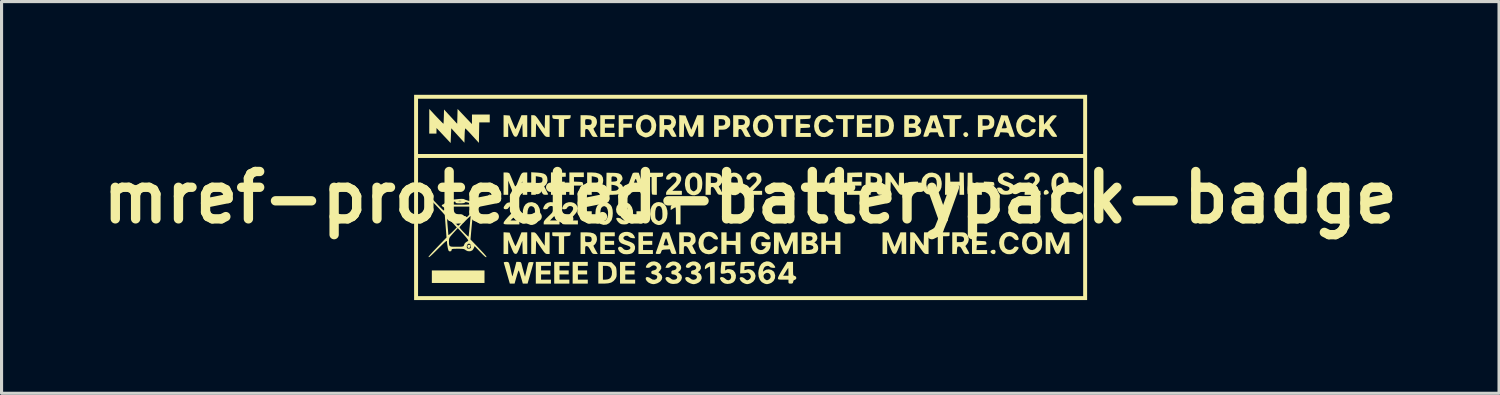
<source format=kicad_pcb>
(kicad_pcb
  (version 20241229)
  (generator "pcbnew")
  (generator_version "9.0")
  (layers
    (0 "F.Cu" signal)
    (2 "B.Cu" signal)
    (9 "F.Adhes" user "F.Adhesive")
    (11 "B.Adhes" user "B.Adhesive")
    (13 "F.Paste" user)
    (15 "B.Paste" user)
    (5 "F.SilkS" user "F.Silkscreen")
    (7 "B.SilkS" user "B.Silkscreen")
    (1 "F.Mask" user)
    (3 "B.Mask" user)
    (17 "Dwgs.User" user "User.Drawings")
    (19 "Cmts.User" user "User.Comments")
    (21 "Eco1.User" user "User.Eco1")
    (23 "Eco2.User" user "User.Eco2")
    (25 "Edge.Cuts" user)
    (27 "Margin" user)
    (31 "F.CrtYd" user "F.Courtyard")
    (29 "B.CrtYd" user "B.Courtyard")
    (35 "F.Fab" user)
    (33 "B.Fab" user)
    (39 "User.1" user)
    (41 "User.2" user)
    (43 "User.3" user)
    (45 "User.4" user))
  (footprint "mref-protected-batterypack-badge"
    (layer "F.Cu")
    (at 21.089 3.302)
    (property "Reference" "mref-protected-batterypack-badge" (at 0 0 0) (layer "F.SilkS") (effects (font (size 1.524 1.524) (thickness 0.3))))
    (attr board_only exclude_from_pos_files exclude_from_bom)
    (fp_poly (pts (xy -8.551 2.752) (xy -10.245 2.752) (xy -10.245 2.349) (xy -8.551 2.349)) (stroke (width 0) (type solid)) (fill yes) (layer "F.SilkS"))
    (fp_poly (pts (xy -5.101 0.572) (xy -5.419 0.572) (xy -5.419 0.445) (xy -5.101 0.445)) (stroke (width 0) (type solid)) (fill yes) (layer "F.SilkS"))
    (fp_poly (pts (xy -3.344 0.572) (xy -3.662 0.572) (xy -3.662 0.445) (xy -3.344 0.445)) (stroke (width 0) (type solid)) (fill yes) (layer "F.SilkS"))
    (fp_poly (pts (xy 5.397 -0.381) (xy 5.056 -0.381) (xy 5.063 -0.439) (xy 5.068 -0.469) (xy 5.081 -0.486) (xy 5.112 -0.496) (xy 5.168 -0.501) (xy 5.233 -0.504) (xy 5.397 -0.51)) (stroke (width 0) (type solid)) (fill yes) (layer "F.SilkS"))
    (fp_poly (pts (xy 7.678 -0.504) (xy 7.761 -0.5) (xy 7.81 -0.494) (xy 7.835 -0.483) (xy 7.846 -0.462) (xy 7.849 -0.439) (xy 7.856 -0.381) (xy 7.514 -0.381) (xy 7.514 -0.51)) (stroke (width 0) (type solid)) (fill yes) (layer "F.SilkS"))
    (fp_poly (pts (xy -9.008 1.531) (xy -8.998 1.559) (xy -9 1.571) (xy -9.02 1.611) (xy -9.055 1.628) (xy -9.087 1.616) (xy -9.1 1.585) (xy -9.102 1.563) (xy -9.088 1.532) (xy -9.047 1.524)) (stroke (width 0) (type solid)) (fill yes) (layer "F.SilkS"))
    (fp_poly (pts (xy -3.768 -2.519) (xy -4.085 -2.519) (xy -4.085 -2.371) (xy -3.81 -2.371) (xy -3.81 -2.244) (xy -4.085 -2.244) (xy -4.085 -1.947) (xy -4.233 -1.947) (xy -4.233 -2.646) (xy -3.768 -2.646)) (stroke (width 0) (type solid)) (fill yes) (layer "F.SilkS"))
    (fp_poly (pts (xy 6.988 -2.076) (xy 7.012 -2.035) (xy 7.007 -1.992) (xy 6.967 -1.947) (xy 6.919 -1.942) (xy 6.879 -1.968) (xy 6.851 -2.018) (xy 6.863 -2.065) (xy 6.902 -2.097) (xy 6.947 -2.101)) (stroke (width 0) (type solid)) (fill yes) (layer "F.SilkS"))
    (fp_poly (pts (xy -6.413 2.201) (xy -6.731 2.201) (xy -6.731 2.349) (xy -6.435 2.349) (xy -6.435 2.477) (xy -6.731 2.477) (xy -6.731 2.646) (xy -6.413 2.646) (xy -6.413 2.773) (xy -6.9 2.773) (xy -6.9 2.074) (xy -6.413 2.074)) (stroke (width 0) (type solid)) (fill yes) (layer "F.SilkS"))
    (fp_poly (pts (xy -5.821 2.201) (xy -6.138 2.201) (xy -6.138 2.349) (xy -5.842 2.349) (xy -5.842 2.477) (xy -6.138 2.477) (xy -6.138 2.646) (xy -5.821 2.646) (xy -5.821 2.773) (xy -6.308 2.773) (xy -6.308 2.074) (xy -5.821 2.074)) (stroke (width 0) (type solid)) (fill yes) (layer "F.SilkS"))
    (fp_poly (pts (xy -5.228 2.201) (xy -5.546 2.201) (xy -5.546 2.349) (xy -5.249 2.349) (xy -5.249 2.477) (xy -5.546 2.477) (xy -5.546 2.646) (xy -5.228 2.646) (xy -5.228 2.773) (xy -5.715 2.773) (xy -5.715 2.074) (xy -5.228 2.074)) (stroke (width 0) (type solid)) (fill yes) (layer "F.SilkS"))
    (fp_poly (pts (xy -4.36 -2.519) (xy -4.678 -2.519) (xy -4.678 -2.371) (xy -4.381 -2.371) (xy -4.381 -2.244) (xy -4.678 -2.244) (xy -4.678 -2.074) (xy -4.36 -2.074) (xy -4.36 -1.947) (xy -4.826 -1.947) (xy -4.826 -2.646) (xy -4.36 -2.646)) (stroke (width 0) (type solid)) (fill yes) (layer "F.SilkS"))
    (fp_poly (pts (xy -4.36 1.249) (xy -4.678 1.249) (xy -4.678 1.397) (xy -4.381 1.397) (xy -4.381 1.524) (xy -4.678 1.524) (xy -4.678 1.693) (xy -4.36 1.693) (xy -4.36 1.82) (xy -4.826 1.82) (xy -4.826 1.122) (xy -4.36 1.122)) (stroke (width 0) (type solid)) (fill yes) (layer "F.SilkS"))
    (fp_poly (pts (xy -3.704 2.201) (xy -4.022 2.201) (xy -4.022 2.349) (xy -3.725 2.349) (xy -3.725 2.477) (xy -4.022 2.477) (xy -4.022 2.646) (xy -3.704 2.646) (xy -3.704 2.773) (xy -4.191 2.773) (xy -4.191 2.074) (xy -3.704 2.074)) (stroke (width 0) (type solid)) (fill yes) (layer "F.SilkS"))
    (fp_poly (pts (xy -3.133 1.249) (xy -3.45 1.249) (xy -3.45 1.397) (xy -3.154 1.397) (xy -3.154 1.524) (xy -3.45 1.524) (xy -3.45 1.693) (xy -3.133 1.693) (xy -3.133 1.82) (xy -3.598 1.82) (xy -3.598 1.122) (xy -3.133 1.122)) (stroke (width 0) (type solid)) (fill yes) (layer "F.SilkS"))
    (fp_poly (pts (xy -0.762 1.397) (xy -0.466 1.397) (xy -0.466 1.122) (xy -0.318 1.122) (xy -0.318 1.82) (xy -0.464 1.82) (xy -0.476 1.535) (xy -0.762 1.522) (xy -0.762 1.82) (xy -0.931 1.82) (xy -0.931 1.122) (xy -0.762 1.122)) (stroke (width 0) (type solid)) (fill yes) (layer "F.SilkS"))
    (fp_poly (pts (xy 2.434 1.397) (xy 2.731 1.397) (xy 2.731 1.122) (xy 2.9 1.122) (xy 2.9 1.82) (xy 2.731 1.82) (xy 2.731 1.524) (xy 2.434 1.524) (xy 2.434 1.82) (xy 2.286 1.82) (xy 2.286 1.122) (xy 2.434 1.122)) (stroke (width 0) (type solid)) (fill yes) (layer "F.SilkS"))
    (fp_poly (pts (xy 7.869 1.69) (xy 7.888 1.72) (xy 7.891 1.74) (xy 7.883 1.796) (xy 7.849 1.824) (xy 7.799 1.821) (xy 7.765 1.8) (xy 7.732 1.766) (xy 7.731 1.735) (xy 7.739 1.721) (xy 7.779 1.691) (xy 7.823 1.683)) (stroke (width 0) (type solid)) (fill yes) (layer "F.SilkS"))
    (fp_poly (pts (xy -5.937 -0.794) (xy -5.937 -0.667) (xy -6.101 -0.661) (xy -6.265 -0.654) (xy -6.265 -0.508) (xy -5.969 -0.508) (xy -5.969 -0.381) (xy -6.265 -0.381) (xy -6.265 -0.212) (xy -5.927 -0.212) (xy -5.927 -0.085) (xy -6.413 -0.085) (xy -6.413 -0.806)) (stroke (width 0) (type solid)) (fill yes) (layer "F.SilkS"))
    (fp_poly (pts (xy 3.598 -0.656) (xy 3.281 -0.656) (xy 3.281 -0.508) (xy 3.577 -0.508) (xy 3.577 -0.381) (xy 3.281 -0.381) (xy 3.281 -0.212) (xy 3.598 -0.212) (xy 3.598 -0.085) (xy 3.11 -0.085) (xy 3.116 -0.439) (xy 3.122 -0.794) (xy 3.598 -0.806)) (stroke (width 0) (type solid)) (fill yes) (layer "F.SilkS"))
    (fp_poly (pts (xy 9.559 -0.229) (xy 9.575 -0.213) (xy 9.604 -0.174) (xy 9.602 -0.141) (xy 9.597 -0.132) (xy 9.561 -0.103) (xy 9.511 -0.088) (xy 9.467 -0.091) (xy 9.455 -0.098) (xy 9.44 -0.139) (xy 9.449 -0.191) (xy 9.479 -0.23) (xy 9.485 -0.234) (xy 9.524 -0.246)) (stroke (width 0) (type solid)) (fill yes) (layer "F.SilkS"))
    (fp_poly (pts (xy -5.355 -0.656) (xy -5.673 -0.656) (xy -5.673 -0.51) (xy -5.53 -0.504) (xy -5.454 -0.499) (xy -5.411 -0.492) (xy -5.39 -0.478) (xy -5.382 -0.452) (xy -5.38 -0.439) (xy -5.374 -0.381) (xy -5.673 -0.381) (xy -5.673 -0.085) (xy -5.821 -0.085) (xy -5.821 -0.804) (xy -5.355 -0.804)) (stroke (width 0) (type solid)) (fill yes) (layer "F.SilkS"))
    (fp_poly (pts (xy 6.869 -0.794) (xy 6.874 -0.439) (xy 6.88 -0.085) (xy 6.731 -0.085) (xy 6.731 -0.381) (xy 6.435 -0.381) (xy 6.435 -0.085) (xy 6.264 -0.085) (xy 6.27 -0.439) (xy 6.276 -0.794) (xy 6.424 -0.794) (xy 6.43 -0.651) (xy 6.437 -0.508) (xy 6.731 -0.508) (xy 6.731 -0.807)) (stroke (width 0) (type solid)) (fill yes) (layer "F.SilkS"))
    (fp_poly (pts (xy -5.782 -2.588) (xy -5.79 -2.552) (xy -5.812 -2.534) (xy -5.859 -2.525) (xy -5.89 -2.523) (xy -5.99 -2.517) (xy -5.99 -1.947) (xy -6.16 -1.947) (xy -6.16 -2.517) (xy -6.26 -2.523) (xy -6.321 -2.529) (xy -6.352 -2.542) (xy -6.365 -2.57) (xy -6.367 -2.588) (xy -6.374 -2.646) (xy -5.776 -2.646)) (stroke (width 0) (type solid)) (fill yes) (layer "F.SilkS"))
    (fp_poly (pts (xy -5.782 1.18) (xy -5.79 1.216) (xy -5.812 1.234) (xy -5.859 1.242) (xy -5.89 1.245) (xy -5.99 1.251) (xy -5.99 1.82) (xy -6.16 1.82) (xy -6.16 1.249) (xy -6.265 1.249) (xy -6.328 1.247) (xy -6.359 1.239) (xy -6.37 1.217) (xy -6.371 1.185) (xy -6.371 1.122) (xy -5.776 1.122)) (stroke (width 0) (type solid)) (fill yes) (layer "F.SilkS"))
    (fp_poly (pts (xy 3.344 -2.582) (xy 3.342 -2.545) (xy 3.328 -2.526) (xy 3.291 -2.52) (xy 3.239 -2.519) (xy 3.133 -2.519) (xy 3.133 -1.947) (xy 2.985 -1.947) (xy 2.985 -2.517) (xy 2.873 -2.523) (xy 2.808 -2.529) (xy 2.774 -2.54) (xy 2.76 -2.562) (xy 2.756 -2.588) (xy 2.749 -2.646) (xy 3.344 -2.646)) (stroke (width 0) (type solid)) (fill yes) (layer "F.SilkS"))
    (fp_poly (pts (xy 6.413 1.185) (xy 6.411 1.223) (xy 6.397 1.242) (xy 6.36 1.248) (xy 6.308 1.249) (xy 6.202 1.249) (xy 6.202 1.82) (xy 6.032 1.82) (xy 6.032 1.251) (xy 5.932 1.245) (xy 5.871 1.238) (xy 5.84 1.225) (xy 5.827 1.198) (xy 5.825 1.18) (xy 5.818 1.122) (xy 6.413 1.122)) (stroke (width 0) (type solid)) (fill yes) (layer "F.SilkS"))
    (fp_poly (pts (xy 6.791 -2.588) (xy 6.783 -2.552) (xy 6.761 -2.534) (xy 6.714 -2.525) (xy 6.683 -2.523) (xy 6.583 -2.517) (xy 6.583 -1.947) (xy 6.413 -1.947) (xy 6.413 -2.517) (xy 6.313 -2.523) (xy 6.252 -2.529) (xy 6.221 -2.542) (xy 6.208 -2.57) (xy 6.206 -2.588) (xy 6.199 -2.646) (xy 6.797 -2.646)) (stroke (width 0) (type solid)) (fill yes) (layer "F.SilkS"))
    (fp_poly (pts (xy 7.15 -0.503) (xy 7.156 -0.212) (xy 7.451 -0.212) (xy 7.451 -0.085) (xy 7.228 -0.085) (xy 7.118 -0.086) (xy 7.046 -0.092) (xy 7.006 -0.101) (xy 6.994 -0.112) (xy 6.991 -0.142) (xy 6.989 -0.206) (xy 6.988 -0.296) (xy 6.989 -0.405) (xy 6.99 -0.467) (xy 6.996 -0.794) (xy 7.144 -0.794)) (stroke (width 0) (type solid)) (fill yes) (layer "F.SilkS"))
    (fp_poly (pts (xy 3.912 -2.588) (xy 3.906 -2.558) (xy 3.892 -2.54) (xy 3.86 -2.53) (xy 3.8 -2.525) (xy 3.752 -2.523) (xy 3.598 -2.517) (xy 3.598 -2.371) (xy 3.895 -2.371) (xy 3.895 -2.244) (xy 3.598 -2.244) (xy 3.598 -2.074) (xy 3.916 -2.074) (xy 3.916 -1.947) (xy 3.429 -1.947) (xy 3.429 -2.646) (xy 3.919 -2.646)) (stroke (width 0) (type solid)) (fill yes) (layer "F.SilkS"))
    (fp_poly (pts (xy 10.837 3.302) (xy -10.816 3.302) (xy -10.816 3.175) (xy -10.689 3.175) (xy 10.71 3.175) (xy 10.71 -1.27) (xy -10.689 -1.27) (xy -10.689 3.175) (xy -10.816 3.175) (xy -10.816 -1.397) (xy -10.689 -1.397) (xy 10.71 -1.397) (xy 10.71 -3.175) (xy -10.689 -3.175) (xy -10.689 -1.397) (xy -10.816 -1.397) (xy -10.816 -3.302) (xy 10.837 -3.302)) (stroke (width 0) (type solid)) (fill yes) (layer "F.SilkS"))
    (fp_poly (pts (xy -1.143 2.773) (xy -1.291 2.773) (xy -1.291 2.498) (xy -1.292 2.395) (xy -1.294 2.31) (xy -1.296 2.25) (xy -1.3 2.223) (xy -1.301 2.223) (xy -1.323 2.232) (xy -1.368 2.257) (xy -1.385 2.267) (xy -1.46 2.311) (xy -1.46 2.247) (xy -1.441 2.186) (xy -1.39 2.132) (xy -1.317 2.092) (xy -1.234 2.075) (xy -1.223 2.074) (xy -1.143 2.074)) (stroke (width 0) (type solid)) (fill yes) (layer "F.SilkS"))
    (fp_poly (pts (xy -2.244 0.868) (xy -2.392 0.868) (xy -2.392 0.593) (xy -2.393 0.49) (xy -2.395 0.405) (xy -2.399 0.345) (xy -2.404 0.318) (xy -2.405 0.318) (xy -2.43 0.328) (xy -2.476 0.353) (xy -2.49 0.362) (xy -2.561 0.406) (xy -2.561 0.335) (xy -2.556 0.29) (xy -2.535 0.255) (xy -2.487 0.22) (xy -2.465 0.206) (xy -2.397 0.172) (xy -2.332 0.151) (xy -2.306 0.148) (xy -2.244 0.148)) (stroke (width 0) (type solid)) (fill yes) (layer "F.SilkS"))
    (fp_poly (pts (xy 7.62 1.249) (xy 7.281 1.249) (xy 7.281 1.395) (xy 7.435 1.401) (xy 7.514 1.405) (xy 7.56 1.412) (xy 7.583 1.425) (xy 7.592 1.447) (xy 7.595 1.465) (xy 7.597 1.494) (xy 7.588 1.512) (xy 7.56 1.521) (xy 7.504 1.526) (xy 7.447 1.528) (xy 7.292 1.535) (xy 7.285 1.614) (xy 7.279 1.693) (xy 7.62 1.693) (xy 7.62 1.82) (xy 7.133 1.82) (xy 7.133 1.122) (xy 7.62 1.122)) (stroke (width 0) (type solid)) (fill yes) (layer "F.SilkS"))
    (fp_poly (pts (xy -6.949 -2.643) (xy -6.921 -2.632) (xy -6.892 -2.606) (xy -6.854 -2.559) (xy -6.802 -2.486) (xy -6.763 -2.429) (xy -6.615 -2.212) (xy -6.609 -2.429) (xy -6.603 -2.646) (xy -6.456 -2.646) (xy -6.456 -1.947) (xy -6.526 -1.947) (xy -6.557 -1.95) (xy -6.584 -1.961) (xy -6.614 -1.986) (xy -6.651 -2.032) (xy -6.702 -2.103) (xy -6.743 -2.164) (xy -6.89 -2.381) (xy -6.902 -1.947) (xy -7.048 -1.947) (xy -7.048 -2.646) (xy -6.979 -2.646)) (stroke (width 0) (type solid)) (fill yes) (layer "F.SilkS"))
    (fp_poly (pts (xy -6.949 1.124) (xy -6.921 1.136) (xy -6.892 1.162) (xy -6.854 1.209) (xy -6.802 1.282) (xy -6.763 1.339) (xy -6.615 1.556) (xy -6.609 1.339) (xy -6.603 1.122) (xy -6.456 1.122) (xy -6.456 1.82) (xy -6.526 1.82) (xy -6.557 1.818) (xy -6.584 1.807) (xy -6.614 1.781) (xy -6.652 1.735) (xy -6.703 1.663) (xy -6.743 1.605) (xy -6.89 1.39) (xy -6.896 1.605) (xy -6.902 1.82) (xy -7.048 1.82) (xy -7.048 1.122) (xy -6.979 1.122)) (stroke (width 0) (type solid)) (fill yes) (layer "F.SilkS"))
    (fp_poly (pts (xy -2.805 -0.73) (xy -2.807 -0.692) (xy -2.824 -0.672) (xy -2.864 -0.663) (xy -2.905 -0.66) (xy -3.006 -0.654) (xy -3.006 -0.085) (xy -3.076 -0.085) (xy -3.129 -0.089) (xy -3.16 -0.098) (xy -3.161 -0.099) (xy -3.166 -0.124) (xy -3.171 -0.183) (xy -3.174 -0.268) (xy -3.175 -0.369) (xy -3.175 -0.383) (xy -3.175 -0.654) (xy -3.276 -0.66) (xy -3.336 -0.666) (xy -3.366 -0.678) (xy -3.375 -0.704) (xy -3.376 -0.73) (xy -3.376 -0.794) (xy -2.805 -0.794)) (stroke (width 0) (type solid)) (fill yes) (layer "F.SilkS"))
    (fp_poly (pts (xy 1.376 -2.582) (xy 1.374 -2.545) (xy 1.359 -2.526) (xy 1.322 -2.52) (xy 1.27 -2.519) (xy 1.164 -2.519) (xy 1.164 -1.947) (xy 1.094 -1.947) (xy 1.041 -1.951) (xy 1.01 -1.961) (xy 1.009 -1.961) (xy 1.004 -1.987) (xy 0.999 -2.046) (xy 0.996 -2.131) (xy 0.995 -2.232) (xy 0.995 -2.246) (xy 0.995 -2.517) (xy 0.894 -2.523) (xy 0.833 -2.529) (xy 0.802 -2.542) (xy 0.79 -2.57) (xy 0.787 -2.588) (xy 0.78 -2.646) (xy 1.376 -2.646)) (stroke (width 0) (type solid)) (fill yes) (layer "F.SilkS"))
    (fp_poly (pts (xy 5.245 1.124) (xy 5.272 1.135) (xy 5.302 1.161) (xy 5.339 1.207) (xy 5.391 1.279) (xy 5.431 1.337) (xy 5.577 1.552) (xy 5.583 1.337) (xy 5.589 1.122) (xy 5.736 1.122) (xy 5.736 1.82) (xy 5.667 1.82) (xy 5.637 1.817) (xy 5.609 1.805) (xy 5.579 1.778) (xy 5.541 1.731) (xy 5.488 1.657) (xy 5.45 1.603) (xy 5.302 1.386) (xy 5.296 1.603) (xy 5.29 1.82) (xy 5.144 1.82) (xy 5.144 1.122) (xy 5.214 1.122)) (stroke (width 0) (type solid)) (fill yes) (layer "F.SilkS"))
    (fp_poly (pts (xy -2.186 -2.642) (xy -2.085 -2.635) (xy -1.898 -2.177) (xy -1.802 -2.411) (xy -1.706 -2.646) (xy -1.503 -2.646) (xy -1.503 -1.947) (xy -1.671 -1.947) (xy -1.683 -2.359) (xy -1.765 -2.152) (xy -1.802 -2.059) (xy -1.829 -2) (xy -1.851 -1.966) (xy -1.871 -1.952) (xy -1.895 -1.951) (xy -1.9 -1.951) (xy -1.925 -1.959) (xy -1.948 -1.979) (xy -1.972 -2.019) (xy -2.002 -2.085) (xy -2.04 -2.18) (xy -2.127 -2.402) (xy -2.133 -2.174) (xy -2.139 -1.947) (xy -2.286 -1.947) (xy -2.286 -2.648)) (stroke (width 0) (type solid)) (fill yes) (layer "F.SilkS"))
    (fp_poly (pts (xy 1.943 -2.588) (xy 1.938 -2.558) (xy 1.925 -2.541) (xy 1.895 -2.531) (xy 1.838 -2.526) (xy 1.773 -2.523) (xy 1.609 -2.517) (xy 1.609 -2.373) (xy 1.762 -2.366) (xy 1.841 -2.362) (xy 1.888 -2.356) (xy 1.911 -2.343) (xy 1.92 -2.32) (xy 1.922 -2.303) (xy 1.924 -2.273) (xy 1.915 -2.256) (xy 1.887 -2.247) (xy 1.832 -2.242) (xy 1.774 -2.239) (xy 1.619 -2.233) (xy 1.613 -2.154) (xy 1.606 -2.074) (xy 1.947 -2.074) (xy 1.947 -1.947) (xy 1.46 -1.947) (xy 1.46 -2.646) (xy 1.95 -2.646)) (stroke (width 0) (type solid)) (fill yes) (layer "F.SilkS"))
    (fp_poly (pts (xy 4.353 1.126) (xy 4.452 1.132) (xy 4.642 1.591) (xy 4.736 1.357) (xy 4.83 1.122) (xy 5.016 1.122) (xy 5.016 1.82) (xy 4.868 1.82) (xy 4.867 1.603) (xy 4.866 1.386) (xy 4.779 1.604) (xy 4.74 1.7) (xy 4.711 1.762) (xy 4.689 1.798) (xy 4.669 1.814) (xy 4.646 1.817) (xy 4.638 1.816) (xy 4.613 1.809) (xy 4.59 1.788) (xy 4.565 1.748) (xy 4.534 1.682) (xy 4.495 1.587) (xy 4.405 1.365) (xy 4.404 1.593) (xy 4.403 1.82) (xy 4.255 1.82) (xy 4.255 1.12)) (stroke (width 0) (type solid)) (fill yes) (layer "F.SilkS"))
    (fp_poly (pts (xy -5.117 -0.804) (xy -4.972 -0.795) (xy -4.863 -0.765) (xy -4.787 -0.715) (xy -4.744 -0.642) (xy -4.731 -0.549) (xy -4.744 -0.453) (xy -4.785 -0.386) (xy -4.857 -0.343) (xy -4.964 -0.322) (xy -4.973 -0.322) (xy -5.101 -0.312) (xy -5.101 -0.085) (xy -5.249 -0.085) (xy -5.249 -0.682) (xy -5.101 -0.682) (xy -5.101 -0.445) (xy -5.021 -0.445) (xy -4.961 -0.451) (xy -4.919 -0.466) (xy -4.915 -0.47) (xy -4.894 -0.514) (xy -4.891 -0.571) (xy -4.907 -0.62) (xy -4.916 -0.631) (xy -4.953 -0.649) (xy -5.011 -0.665) (xy -5.022 -0.667) (xy -5.101 -0.682) (xy -5.249 -0.682) (xy -5.249 -0.804)) (stroke (width 0) (type solid)) (fill yes) (layer "F.SilkS"))
    (fp_poly (pts (xy 4.34 -2.641) (xy 4.433 -2.623) (xy 4.502 -2.589) (xy 4.555 -2.535) (xy 4.58 -2.497) (xy 4.61 -2.414) (xy 4.621 -2.312) (xy 4.612 -2.209) (xy 4.585 -2.123) (xy 4.581 -2.116) (xy 4.533 -2.048) (xy 4.48 -2.001) (xy 4.411 -1.972) (xy 4.317 -1.957) (xy 4.221 -1.951) (xy 4.022 -1.943) (xy 4.022 -2.074) (xy 4.191 -2.074) (xy 4.254 -2.074) (xy 4.319 -2.083) (xy 4.368 -2.098) (xy 4.425 -2.146) (xy 4.458 -2.226) (xy 4.466 -2.32) (xy 4.45 -2.414) (xy 4.404 -2.479) (xy 4.33 -2.514) (xy 4.277 -2.519) (xy 4.191 -2.519) (xy 4.191 -2.074) (xy 4.022 -2.074) (xy 4.022 -2.646) (xy 4.215 -2.646)) (stroke (width 0) (type solid)) (fill yes) (layer "F.SilkS"))
    (fp_poly (pts (xy 4.468 -0.791) (xy 4.496 -0.767) (xy 4.532 -0.723) (xy 4.582 -0.652) (xy 4.626 -0.588) (xy 4.773 -0.37) (xy 4.784 -0.582) (xy 4.794 -0.794) (xy 4.942 -0.794) (xy 4.948 -0.439) (xy 4.954 -0.085) (xy 4.882 -0.085) (xy 4.851 -0.087) (xy 4.823 -0.098) (xy 4.794 -0.123) (xy 4.757 -0.168) (xy 4.706 -0.239) (xy 4.665 -0.298) (xy 4.519 -0.512) (xy 4.513 -0.298) (xy 4.507 -0.085) (xy 4.433 -0.085) (xy 4.38 -0.092) (xy 4.35 -0.109) (xy 4.349 -0.112) (xy 4.345 -0.142) (xy 4.343 -0.206) (xy 4.342 -0.296) (xy 4.343 -0.405) (xy 4.344 -0.467) (xy 4.35 -0.794) (xy 4.414 -0.8) (xy 4.442 -0.8)) (stroke (width 0) (type solid)) (fill yes) (layer "F.SilkS"))
    (fp_poly (pts (xy -7.84 1.126) (xy -7.743 1.132) (xy -7.655 1.349) (xy -7.619 1.436) (xy -7.587 1.507) (xy -7.565 1.552) (xy -7.556 1.566) (xy -7.543 1.548) (xy -7.519 1.498) (xy -7.487 1.425) (xy -7.453 1.344) (xy -7.361 1.122) (xy -7.176 1.122) (xy -7.176 1.82) (xy -7.322 1.82) (xy -7.328 1.607) (xy -7.334 1.394) (xy -7.419 1.608) (xy -7.457 1.702) (xy -7.485 1.763) (xy -7.507 1.798) (xy -7.527 1.814) (xy -7.551 1.816) (xy -7.556 1.816) (xy -7.582 1.808) (xy -7.605 1.788) (xy -7.629 1.748) (xy -7.66 1.682) (xy -7.699 1.587) (xy -7.789 1.365) (xy -7.789 1.593) (xy -7.789 1.82) (xy -7.938 1.82) (xy -7.938 1.12)) (stroke (width 0) (type solid)) (fill yes) (layer "F.SilkS"))
    (fp_poly (pts (xy -4.467 2.085) (xy -4.388 2.164) (xy -4.346 2.209) (xy -4.321 2.248) (xy -4.309 2.296) (xy -4.302 2.367) (xy -4.301 2.397) (xy -4.299 2.483) (xy -4.304 2.541) (xy -4.32 2.586) (xy -4.343 2.625) (xy -4.402 2.693) (xy -4.475 2.739) (xy -4.571 2.764) (xy -4.698 2.773) (xy -4.715 2.773) (xy -4.889 2.773) (xy -4.889 2.646) (xy -4.741 2.646) (xy -4.668 2.646) (xy -4.601 2.639) (xy -4.543 2.622) (xy -4.487 2.574) (xy -4.455 2.496) (xy -4.449 2.394) (xy -4.451 2.376) (xy -4.474 2.287) (xy -4.521 2.231) (xy -4.596 2.205) (xy -4.648 2.201) (xy -4.741 2.201) (xy -4.741 2.646) (xy -4.889 2.646) (xy -4.889 2.07)) (stroke (width 0) (type solid)) (fill yes) (layer "F.SilkS"))
    (fp_poly (pts (xy 9.604 1.126) (xy 9.703 1.132) (xy 9.789 1.349) (xy 9.824 1.437) (xy 9.855 1.507) (xy 9.877 1.553) (xy 9.886 1.566) (xy 9.899 1.548) (xy 9.923 1.498) (xy 9.956 1.425) (xy 9.99 1.344) (xy 10.081 1.122) (xy 10.266 1.122) (xy 10.266 1.82) (xy 10.118 1.82) (xy 10.116 1.603) (xy 10.115 1.386) (xy 10.028 1.604) (xy 9.989 1.7) (xy 9.961 1.762) (xy 9.938 1.798) (xy 9.918 1.814) (xy 9.895 1.817) (xy 9.887 1.816) (xy 9.862 1.809) (xy 9.839 1.788) (xy 9.814 1.748) (xy 9.783 1.682) (xy 9.744 1.587) (xy 9.654 1.365) (xy 9.653 1.593) (xy 9.652 1.82) (xy 9.504 1.82) (xy 9.504 1.12)) (stroke (width 0) (type solid)) (fill yes) (layer "F.SilkS"))
    (fp_poly (pts (xy -7.84 -2.642) (xy -7.743 -2.635) (xy -7.655 -2.419) (xy -7.618 -2.331) (xy -7.587 -2.261) (xy -7.564 -2.215) (xy -7.553 -2.202) (xy -7.537 -2.219) (xy -7.519 -2.26) (xy -7.501 -2.306) (xy -7.473 -2.379) (xy -7.439 -2.462) (xy -7.43 -2.482) (xy -7.362 -2.646) (xy -7.176 -2.646) (xy -7.176 -1.947) (xy -7.322 -1.947) (xy -7.334 -2.381) (xy -7.419 -2.163) (xy -7.457 -2.068) (xy -7.484 -2.006) (xy -7.506 -1.97) (xy -7.526 -1.954) (xy -7.549 -1.951) (xy -7.556 -1.952) (xy -7.582 -1.959) (xy -7.604 -1.98) (xy -7.629 -2.02) (xy -7.66 -2.086) (xy -7.698 -2.18) (xy -7.787 -2.402) (xy -7.788 -2.175) (xy -7.789 -1.947) (xy -7.938 -1.947) (xy -7.938 -2.648)) (stroke (width 0) (type solid)) (fill yes) (layer "F.SilkS"))
    (fp_poly (pts (xy 7.621 -2.645) (xy 7.684 -2.642) (xy 7.725 -2.633) (xy 7.756 -2.616) (xy 7.786 -2.589) (xy 7.791 -2.584) (xy 7.832 -2.533) (xy 7.85 -2.479) (xy 7.853 -2.424) (xy 7.844 -2.328) (xy 7.813 -2.26) (xy 7.754 -2.215) (xy 7.663 -2.189) (xy 7.599 -2.181) (xy 7.482 -2.17) (xy 7.47 -1.947) (xy 7.324 -1.947) (xy 7.324 -2.307) (xy 7.472 -2.307) (xy 7.568 -2.307) (xy 7.63 -2.311) (xy 7.665 -2.326) (xy 7.687 -2.359) (xy 7.687 -2.36) (xy 7.701 -2.419) (xy 7.687 -2.466) (xy 7.665 -2.5) (xy 7.631 -2.515) (xy 7.569 -2.519) (xy 7.568 -2.519) (xy 7.472 -2.519) (xy 7.472 -2.307) (xy 7.324 -2.307) (xy 7.324 -2.646) (xy 7.526 -2.646)) (stroke (width 0) (type solid)) (fill yes) (layer "F.SilkS"))
    (fp_poly (pts (xy 1.524 1.82) (xy 1.377 1.82) (xy 1.371 1.603) (xy 1.365 1.386) (xy 1.281 1.603) (xy 1.242 1.699) (xy 1.214 1.762) (xy 1.191 1.799) (xy 1.17 1.816) (xy 1.146 1.82) (xy 1.143 1.82) (xy 1.118 1.817) (xy 1.097 1.801) (xy 1.074 1.767) (xy 1.047 1.707) (xy 1.01 1.615) (xy 1.005 1.603) (xy 0.921 1.386) (xy 0.915 1.603) (xy 0.909 1.82) (xy 0.762 1.82) (xy 0.762 1.12) (xy 0.86 1.126) (xy 0.958 1.132) (xy 1.043 1.349) (xy 1.079 1.437) (xy 1.109 1.507) (xy 1.132 1.553) (xy 1.141 1.566) (xy 1.154 1.548) (xy 1.178 1.498) (xy 1.21 1.425) (xy 1.242 1.349) (xy 1.329 1.132) (xy 1.427 1.126) (xy 1.524 1.12)) (stroke (width 0) (type solid)) (fill yes) (layer "F.SilkS"))
    (fp_poly (pts (xy -0.882 -2.645) (xy -0.821 -2.641) (xy -0.779 -2.63) (xy -0.746 -2.61) (xy -0.715 -2.584) (xy -0.673 -2.541) (xy -0.652 -2.499) (xy -0.646 -2.438) (xy -0.646 -2.413) (xy -0.649 -2.343) (xy -0.664 -2.297) (xy -0.699 -2.257) (xy -0.715 -2.242) (xy -0.764 -2.204) (xy -0.815 -2.186) (xy -0.885 -2.18) (xy -0.9 -2.18) (xy -1.016 -2.18) (xy -1.016 -1.947) (xy -1.164 -1.947) (xy -1.164 -2.307) (xy -1.016 -2.307) (xy -0.936 -2.307) (xy -0.876 -2.313) (xy -0.834 -2.329) (xy -0.83 -2.333) (xy -0.81 -2.372) (xy -0.804 -2.413) (xy -0.817 -2.474) (xy -0.859 -2.508) (xy -0.933 -2.519) (xy -0.936 -2.519) (xy -1.016 -2.519) (xy -1.016 -2.307) (xy -1.164 -2.307) (xy -1.164 -2.646) (xy -0.974 -2.646)) (stroke (width 0) (type solid)) (fill yes) (layer "F.SilkS"))
    (fp_poly (pts (xy 6.242 -1.947) (xy 6.16 -1.947) (xy 6.105 -1.951) (xy 6.075 -1.971) (xy 6.055 -2.017) (xy 6.054 -2.021) (xy 6.029 -2.095) (xy 5.896 -2.095) (xy 5.824 -2.095) (xy 5.782 -2.088) (xy 5.761 -2.072) (xy 5.748 -2.04) (xy 5.744 -2.027) (xy 5.725 -1.98) (xy 5.692 -1.958) (xy 5.646 -1.951) (xy 5.595 -1.952) (xy 5.568 -1.961) (xy 5.567 -1.965) (xy 5.574 -1.99) (xy 5.592 -2.049) (xy 5.62 -2.133) (xy 5.655 -2.235) (xy 5.662 -2.255) (xy 5.826 -2.255) (xy 5.836 -2.232) (xy 5.868 -2.223) (xy 5.904 -2.223) (xy 5.987 -2.223) (xy 5.898 -2.486) (xy 5.861 -2.381) (xy 5.835 -2.302) (xy 5.826 -2.255) (xy 5.662 -2.255) (xy 5.681 -2.31) (xy 5.795 -2.635) (xy 5.898 -2.641) (xy 6.001 -2.647)) (stroke (width 0) (type solid)) (fill yes) (layer "F.SilkS"))
    (fp_poly (pts (xy -6.353 0.156) (xy -6.275 0.183) (xy -6.21 0.231) (xy -6.17 0.299) (xy -6.16 0.362) (xy -6.167 0.412) (xy -6.194 0.465) (xy -6.243 0.53) (xy -6.321 0.615) (xy -6.325 0.619) (xy -6.444 0.741) (xy -6.138 0.741) (xy -6.138 0.868) (xy -6.646 0.868) (xy -6.647 0.81) (xy -6.64 0.776) (xy -6.615 0.735) (xy -6.568 0.681) (xy -6.494 0.608) (xy -6.477 0.592) (xy -6.388 0.504) (xy -6.332 0.434) (xy -6.307 0.379) (xy -6.309 0.335) (xy -6.333 0.301) (xy -6.384 0.275) (xy -6.442 0.279) (xy -6.49 0.309) (xy -6.502 0.328) (xy -6.531 0.367) (xy -6.58 0.381) (xy -6.597 0.381) (xy -6.644 0.38) (xy -6.663 0.368) (xy -6.658 0.337) (xy -6.637 0.286) (xy -6.589 0.215) (xy -6.519 0.17) (xy -6.438 0.151)) (stroke (width 0) (type solid)) (fill yes) (layer "F.SilkS"))
    (fp_poly (pts (xy 0.206 -0.788) (xy 0.242 -0.774) (xy 0.312 -0.731) (xy 0.349 -0.667) (xy 0.36 -0.581) (xy 0.356 -0.54) (xy 0.341 -0.501) (xy 0.308 -0.455) (xy 0.253 -0.393) (xy 0.219 -0.358) (xy 0.078 -0.212) (xy 0.381 -0.212) (xy 0.381 -0.085) (xy -0.127 -0.085) (xy -0.127 -0.142) (xy -0.119 -0.176) (xy -0.093 -0.218) (xy -0.044 -0.274) (xy 0.033 -0.35) (xy 0.044 -0.36) (xy 0.121 -0.434) (xy 0.17 -0.486) (xy 0.198 -0.525) (xy 0.208 -0.557) (xy 0.208 -0.581) (xy 0.192 -0.633) (xy 0.167 -0.662) (xy 0.116 -0.675) (xy 0.062 -0.662) (xy 0.022 -0.63) (xy 0.015 -0.614) (xy -0.01 -0.582) (xy -0.052 -0.568) (xy -0.095 -0.574) (xy -0.123 -0.598) (xy -0.127 -0.615) (xy -0.108 -0.692) (xy -0.058 -0.751) (xy 0.017 -0.789) (xy 0.107 -0.802)) (stroke (width 0) (type solid)) (fill yes) (layer "F.SilkS"))
    (fp_poly (pts (xy -2.355 -0.779) (xy -2.285 -0.744) (xy -2.255 -0.714) (xy -2.221 -0.635) (xy -2.227 -0.549) (xy -2.273 -0.455) (xy -2.359 -0.351) (xy -2.415 -0.298) (xy -2.508 -0.213) (xy -2.355 -0.213) (xy -2.201 -0.212) (xy -2.201 -0.085) (xy -2.709 -0.085) (xy -2.709 -0.141) (xy -2.701 -0.175) (xy -2.674 -0.218) (xy -2.622 -0.275) (xy -2.542 -0.352) (xy -2.54 -0.354) (xy -2.461 -0.43) (xy -2.409 -0.486) (xy -2.381 -0.529) (xy -2.371 -0.564) (xy -2.371 -0.571) (xy -2.381 -0.624) (xy -2.401 -0.655) (xy -2.453 -0.675) (xy -2.509 -0.662) (xy -2.549 -0.623) (xy -2.55 -0.619) (xy -2.58 -0.583) (xy -2.634 -0.572) (xy -2.64 -0.572) (xy -2.688 -0.576) (xy -2.707 -0.597) (xy -2.709 -0.622) (xy -2.691 -0.679) (xy -2.642 -0.736) (xy -2.576 -0.779) (xy -2.525 -0.796) (xy -2.441 -0.798)) (stroke (width 0) (type solid)) (fill yes) (layer "F.SilkS"))
    (fp_poly (pts (xy 8.178 -2.641) (xy 8.281 -2.635) (xy 8.395 -2.307) (xy 8.433 -2.196) (xy 8.466 -2.099) (xy 8.491 -2.024) (xy 8.506 -1.976) (xy 8.509 -1.963) (xy 8.49 -1.953) (xy 8.444 -1.948) (xy 8.427 -1.947) (xy 8.373 -1.951) (xy 8.344 -1.97) (xy 8.327 -2.014) (xy 8.326 -2.016) (xy 8.313 -2.054) (xy 8.294 -2.075) (xy 8.257 -2.086) (xy 8.191 -2.09) (xy 8.177 -2.091) (xy 8.047 -2.097) (xy 8.022 -2.022) (xy 8.002 -1.973) (xy 7.974 -1.952) (xy 7.921 -1.947) (xy 7.915 -1.947) (xy 7.833 -1.947) (xy 7.928 -2.223) (xy 8.088 -2.223) (xy 8.172 -2.223) (xy 8.231 -2.229) (xy 8.253 -2.246) (xy 8.253 -2.249) (xy 8.246 -2.283) (xy 8.228 -2.341) (xy 8.215 -2.381) (xy 8.178 -2.486) (xy 8.088 -2.223) (xy 7.928 -2.223) (xy 7.954 -2.298) (xy 8.074 -2.648)) (stroke (width 0) (type solid)) (fill yes) (layer "F.SilkS"))
    (fp_poly (pts (xy 9.12 -0.799) (xy 9.199 -0.77) (xy 9.263 -0.721) (xy 9.303 -0.651) (xy 9.313 -0.587) (xy 9.31 -0.544) (xy 9.297 -0.506) (xy 9.267 -0.462) (xy 9.217 -0.404) (xy 9.172 -0.358) (xy 9.031 -0.212) (xy 9.335 -0.212) (xy 9.335 -0.085) (xy 8.826 -0.085) (xy 8.826 -0.143) (xy 8.834 -0.177) (xy 8.859 -0.218) (xy 8.906 -0.272) (xy 8.981 -0.345) (xy 8.998 -0.361) (xy 9.074 -0.435) (xy 9.124 -0.487) (xy 9.151 -0.526) (xy 9.162 -0.557) (xy 9.162 -0.582) (xy 9.145 -0.633) (xy 9.121 -0.662) (xy 9.069 -0.675) (xy 9.013 -0.662) (xy 8.972 -0.629) (xy 8.964 -0.614) (xy 8.941 -0.583) (xy 8.891 -0.572) (xy 8.878 -0.572) (xy 8.829 -0.573) (xy 8.81 -0.584) (xy 8.815 -0.615) (xy 8.835 -0.666) (xy 8.885 -0.739) (xy 8.955 -0.784) (xy 9.036 -0.804)) (stroke (width 0) (type solid)) (fill yes) (layer "F.SilkS"))
    (fp_poly (pts (xy 9.445 -2.494) (xy 9.451 -2.342) (xy 9.574 -2.494) (xy 9.633 -2.566) (xy 9.675 -2.611) (xy 9.709 -2.635) (xy 9.743 -2.644) (xy 9.78 -2.646) (xy 9.841 -2.64) (xy 9.862 -2.622) (xy 9.843 -2.592) (xy 9.834 -2.584) (xy 9.806 -2.555) (xy 9.762 -2.503) (xy 9.715 -2.444) (xy 9.627 -2.33) (xy 9.742 -2.165) (xy 9.805 -2.074) (xy 9.847 -2.013) (xy 9.867 -1.975) (xy 9.868 -1.956) (xy 9.852 -1.948) (xy 9.819 -1.948) (xy 9.796 -1.948) (xy 9.749 -1.95) (xy 9.716 -1.96) (xy 9.685 -1.986) (xy 9.649 -2.035) (xy 9.614 -2.087) (xy 9.567 -2.156) (xy 9.537 -2.195) (xy 9.516 -2.209) (xy 9.497 -2.203) (xy 9.481 -2.189) (xy 9.453 -2.146) (xy 9.441 -2.079) (xy 9.44 -2.05) (xy 9.44 -1.947) (xy 9.292 -1.947) (xy 9.292 -2.646) (xy 9.438 -2.646)) (stroke (width 0) (type solid)) (fill yes) (layer "F.SilkS"))
    (fp_poly (pts (xy -5.76 0.154) (xy -5.681 0.173) (xy -5.622 0.213) (xy -5.605 0.231) (xy -5.56 0.294) (xy -5.544 0.355) (xy -5.559 0.421) (xy -5.605 0.498) (xy -5.684 0.59) (xy -5.711 0.619) (xy -5.83 0.741) (xy -5.546 0.741) (xy -5.546 0.868) (xy -5.8 0.868) (xy -5.907 0.868) (xy -5.978 0.866) (xy -6.022 0.861) (xy -6.044 0.853) (xy -6.052 0.838) (xy -6.054 0.818) (xy -6.041 0.78) (xy -6 0.725) (xy -5.929 0.651) (xy -5.886 0.61) (xy -5.79 0.514) (xy -5.729 0.438) (xy -5.7 0.377) (xy -5.702 0.329) (xy -5.715 0.307) (xy -5.763 0.277) (xy -5.821 0.277) (xy -5.871 0.304) (xy -5.888 0.328) (xy -5.916 0.366) (xy -5.963 0.38) (xy -5.985 0.381) (xy -6.034 0.378) (xy -6.05 0.363) (xy -6.044 0.326) (xy -6.044 0.323) (xy -6.003 0.238) (xy -5.932 0.18) (xy -5.837 0.153)) (stroke (width 0) (type solid)) (fill yes) (layer "F.SilkS"))
    (fp_poly (pts (xy 0.496 -2.652) (xy 0.597 -2.602) (xy 0.686 -2.512) (xy 0.687 -2.511) (xy 0.716 -2.444) (xy 0.732 -2.353) (xy 0.732 -2.253) (xy 0.719 -2.159) (xy 0.69 -2.088) (xy 0.686 -2.081) (xy 0.602 -2) (xy 0.499 -1.952) (xy 0.387 -1.939) (xy 0.318 -1.951) (xy 0.216 -2) (xy 0.142 -2.08) (xy 0.098 -2.188) (xy 0.09 -2.263) (xy 0.238 -2.263) (xy 0.261 -2.181) (xy 0.305 -2.119) (xy 0.364 -2.083) (xy 0.433 -2.078) (xy 0.505 -2.11) (xy 0.514 -2.117) (xy 0.561 -2.178) (xy 0.584 -2.263) (xy 0.583 -2.357) (xy 0.572 -2.402) (xy 0.534 -2.473) (xy 0.476 -2.51) (xy 0.404 -2.519) (xy 0.329 -2.5) (xy 0.274 -2.445) (xy 0.242 -2.361) (xy 0.238 -2.263) (xy 0.09 -2.263) (xy 0.085 -2.307) (xy 0.101 -2.434) (xy 0.15 -2.535) (xy 0.23 -2.608) (xy 0.269 -2.629) (xy 0.386 -2.661)) (stroke (width 0) (type solid)) (fill yes) (layer "F.SilkS"))
    (fp_poly (pts (xy 9.135 1.112) (xy 9.238 1.155) (xy 9.329 1.238) (xy 9.344 1.257) (xy 9.375 1.327) (xy 9.39 1.421) (xy 9.388 1.523) (xy 9.37 1.618) (xy 9.338 1.688) (xy 9.26 1.765) (xy 9.161 1.815) (xy 9.053 1.833) (xy 8.967 1.82) (xy 8.869 1.769) (xy 8.797 1.687) (xy 8.754 1.578) (xy 8.742 1.467) (xy 8.743 1.458) (xy 8.89 1.458) (xy 8.904 1.559) (xy 8.942 1.634) (xy 9 1.681) (xy 9.071 1.694) (xy 9.147 1.67) (xy 9.198 1.621) (xy 9.23 1.547) (xy 9.24 1.46) (xy 9.228 1.375) (xy 9.192 1.303) (xy 9.184 1.294) (xy 9.125 1.258) (xy 9.049 1.249) (xy 8.986 1.262) (xy 8.946 1.296) (xy 8.912 1.357) (xy 8.892 1.428) (xy 8.89 1.458) (xy 8.743 1.458) (xy 8.755 1.342) (xy 8.795 1.247) (xy 8.867 1.175) (xy 8.913 1.147) (xy 9.026 1.109)) (stroke (width 0) (type solid)) (fill yes) (layer "F.SilkS"))
    (fp_poly (pts (xy -1.23 1.119) (xy -1.196 1.131) (xy -1.139 1.168) (xy -1.087 1.224) (xy -1.049 1.284) (xy -1.037 1.328) (xy -1.054 1.351) (xy -1.093 1.357) (xy -1.144 1.346) (xy -1.191 1.321) (xy -1.21 1.302) (xy -1.269 1.258) (xy -1.341 1.246) (xy -1.412 1.265) (xy -1.459 1.305) (xy -1.494 1.377) (xy -1.506 1.465) (xy -1.496 1.553) (xy -1.465 1.625) (xy -1.451 1.641) (xy -1.381 1.686) (xy -1.307 1.691) (xy -1.236 1.655) (xy -1.21 1.63) (xy -1.154 1.582) (xy -1.103 1.565) (xy -1.065 1.576) (xy -1.047 1.61) (xy -1.057 1.664) (xy -1.07 1.689) (xy -1.138 1.765) (xy -1.23 1.813) (xy -1.335 1.829) (xy -1.445 1.811) (xy -1.45 1.81) (xy -1.549 1.755) (xy -1.618 1.669) (xy -1.652 1.583) (xy -1.668 1.46) (xy -1.65 1.347) (xy -1.603 1.25) (xy -1.532 1.173) (xy -1.443 1.123) (xy -1.341 1.103)) (stroke (width 0) (type solid)) (fill yes) (layer "F.SilkS"))
    (fp_poly (pts (xy 2.486 -2.643) (xy 2.571 -2.6) (xy 2.636 -2.524) (xy 2.651 -2.496) (xy 2.688 -2.424) (xy 2.609 -2.417) (xy 2.556 -2.418) (xy 2.525 -2.43) (xy 2.523 -2.433) (xy 2.485 -2.484) (xy 2.422 -2.514) (xy 2.345 -2.518) (xy 2.298 -2.506) (xy 2.257 -2.472) (xy 2.224 -2.411) (xy 2.204 -2.34) (xy 2.201 -2.31) (xy 2.215 -2.211) (xy 2.253 -2.136) (xy 2.307 -2.09) (xy 2.373 -2.074) (xy 2.442 -2.094) (xy 2.498 -2.138) (xy 2.55 -2.179) (xy 2.607 -2.201) (xy 2.655 -2.2) (xy 2.675 -2.184) (xy 2.674 -2.155) (xy 2.656 -2.107) (xy 2.65 -2.094) (xy 2.589 -2.017) (xy 2.5 -1.964) (xy 2.395 -1.94) (xy 2.29 -1.948) (xy 2.193 -1.99) (xy 2.119 -2.065) (xy 2.071 -2.166) (xy 2.053 -2.29) (xy 2.053 -2.298) (xy 2.068 -2.431) (xy 2.112 -2.534) (xy 2.185 -2.607) (xy 2.284 -2.647) (xy 2.374 -2.656)) (stroke (width 0) (type solid)) (fill yes) (layer "F.SilkS"))
    (fp_poly (pts (xy 2.849 -0.771) (xy 2.936 -0.711) (xy 2.99 -0.633) (xy 3.027 -0.561) (xy 2.952 -0.554) (xy 2.891 -0.557) (xy 2.849 -0.584) (xy 2.834 -0.602) (xy 2.777 -0.644) (xy 2.706 -0.658) (xy 2.636 -0.645) (xy 2.594 -0.615) (xy 2.564 -0.557) (xy 2.547 -0.477) (xy 2.545 -0.392) (xy 2.56 -0.321) (xy 2.607 -0.254) (xy 2.672 -0.219) (xy 2.745 -0.22) (xy 2.817 -0.257) (xy 2.836 -0.275) (xy 2.888 -0.316) (xy 2.94 -0.338) (xy 2.982 -0.337) (xy 3.004 -0.313) (xy 3.005 -0.302) (xy 2.984 -0.221) (xy 2.928 -0.155) (xy 2.844 -0.109) (xy 2.738 -0.086) (xy 2.704 -0.085) (xy 2.63 -0.088) (xy 2.579 -0.101) (xy 2.532 -0.132) (xy 2.499 -0.16) (xy 2.44 -0.224) (xy 2.407 -0.293) (xy 2.393 -0.345) (xy 2.383 -0.477) (xy 2.407 -0.592) (xy 2.459 -0.686) (xy 2.537 -0.755) (xy 2.637 -0.793) (xy 2.737 -0.798)) (stroke (width 0) (type solid)) (fill yes) (layer "F.SilkS"))
    (fp_poly (pts (xy -9.186 -2.603) (xy -8.955 -2.36) (xy -8.954 -2.667) (xy -8.382 -2.667) (xy -8.382 -2.413) (xy -8.72 -2.413) (xy -8.731 -1.755) (xy -8.943 -1.987) (xy -9.018 -2.069) (xy -9.084 -2.138) (xy -9.134 -2.189) (xy -9.164 -2.217) (xy -9.17 -2.221) (xy -9.176 -2.202) (xy -9.183 -2.149) (xy -9.188 -2.071) (xy -9.191 -1.991) (xy -9.197 -1.76) (xy -9.409 -1.993) (xy -9.62 -2.225) (xy -9.631 -1.988) (xy -9.641 -1.75) (xy -9.868 -1.992) (xy -10.095 -2.233) (xy -10.096 -2.143) (xy -10.097 -2.053) (xy -10.329 -2.053) (xy -10.328 -2.847) (xy -10.24 -2.752) (xy -10.157 -2.662) (xy -10.075 -2.575) (xy -10.001 -2.498) (xy -9.939 -2.434) (xy -9.895 -2.39) (xy -9.874 -2.371) (xy -9.873 -2.371) (xy -9.869 -2.39) (xy -9.865 -2.444) (xy -9.862 -2.522) (xy -9.859 -2.6) (xy -9.853 -2.829) (xy -9.641 -2.599) (xy -9.43 -2.369) (xy -9.423 -2.608) (xy -9.417 -2.847)) (stroke (width 0) (type solid)) (fill yes) (layer "F.SilkS"))
    (fp_poly (pts (xy -7.797 -0.798) (xy -7.757 -0.782) (xy -7.752 -0.778) (xy -7.736 -0.748) (xy -7.709 -0.688) (xy -7.675 -0.608) (xy -7.649 -0.545) (xy -7.614 -0.46) (xy -7.584 -0.393) (xy -7.563 -0.35) (xy -7.555 -0.339) (xy -7.542 -0.357) (xy -7.518 -0.405) (xy -7.49 -0.474) (xy -7.483 -0.492) (xy -7.436 -0.61) (xy -7.4 -0.694) (xy -7.37 -0.75) (xy -7.342 -0.783) (xy -7.312 -0.799) (xy -7.276 -0.804) (xy -7.26 -0.804) (xy -7.176 -0.804) (xy -7.176 -0.085) (xy -7.322 -0.085) (xy -7.328 -0.302) (xy -7.334 -0.519) (xy -7.419 -0.301) (xy -7.457 -0.205) (xy -7.485 -0.143) (xy -7.506 -0.107) (xy -7.526 -0.091) (xy -7.549 -0.089) (xy -7.555 -0.089) (xy -7.58 -0.097) (xy -7.604 -0.118) (xy -7.629 -0.16) (xy -7.661 -0.229) (xy -7.697 -0.318) (xy -7.787 -0.54) (xy -7.788 -0.312) (xy -7.789 -0.085) (xy -7.938 -0.085) (xy -7.938 -0.804) (xy -7.855 -0.804)) (stroke (width 0) (type solid)) (fill yes) (layer "F.SilkS"))
    (fp_poly (pts (xy -7.609 0.161) (xy -7.561 0.17) (xy -7.525 0.193) (xy -7.491 0.228) (xy -7.447 0.289) (xy -7.429 0.347) (xy -7.439 0.41) (xy -7.479 0.482) (xy -7.55 0.569) (xy -7.606 0.63) (xy -7.714 0.741) (xy -7.429 0.741) (xy -7.429 0.868) (xy -7.684 0.868) (xy -7.791 0.868) (xy -7.862 0.866) (xy -7.906 0.861) (xy -7.928 0.852) (xy -7.936 0.838) (xy -7.938 0.822) (xy -7.922 0.783) (xy -7.875 0.72) (xy -7.801 0.636) (xy -7.758 0.591) (xy -7.688 0.518) (xy -7.631 0.453) (xy -7.592 0.404) (xy -7.578 0.377) (xy -7.578 0.377) (xy -7.595 0.323) (xy -7.637 0.289) (xy -7.69 0.277) (xy -7.742 0.292) (xy -7.778 0.333) (xy -7.808 0.369) (xy -7.862 0.381) (xy -7.868 0.381) (xy -7.921 0.37) (xy -7.938 0.337) (xy -7.919 0.285) (xy -7.876 0.228) (xy -7.838 0.189) (xy -7.801 0.169) (xy -7.751 0.16) (xy -7.684 0.159)) (stroke (width 0) (type solid)) (fill yes) (layer "F.SilkS"))
    (fp_poly (pts (xy -3.214 -2.628) (xy -3.207 -2.625) (xy -3.116 -2.559) (xy -3.056 -2.465) (xy -3.028 -2.348) (xy -3.027 -2.309) (xy -3.043 -2.176) (xy -3.09 -2.071) (xy -3.168 -1.995) (xy -3.27 -1.949) (xy -3.327 -1.934) (xy -3.362 -1.929) (xy -3.397 -1.936) (xy -3.449 -1.954) (xy -3.457 -1.957) (xy -3.562 -2.012) (xy -3.634 -2.092) (xy -3.674 -2.199) (xy -3.683 -2.3) (xy -3.682 -2.307) (xy -3.531 -2.307) (xy -3.519 -2.221) (xy -3.486 -2.151) (xy -3.435 -2.101) (xy -3.372 -2.079) (xy -3.302 -2.089) (xy -3.253 -2.118) (xy -3.203 -2.182) (xy -3.18 -2.27) (xy -3.188 -2.37) (xy -3.194 -2.394) (xy -3.231 -2.469) (xy -3.288 -2.509) (xy -3.355 -2.519) (xy -3.434 -2.504) (xy -3.488 -2.457) (xy -3.514 -2.402) (xy -3.531 -2.307) (xy -3.682 -2.307) (xy -3.666 -2.423) (xy -3.618 -2.526) (xy -3.543 -2.602) (xy -3.506 -2.623) (xy -3.405 -2.66) (xy -3.313 -2.661)) (stroke (width 0) (type solid)) (fill yes) (layer "F.SilkS"))
    (fp_poly (pts (xy -4.651 0.155) (xy -4.561 0.188) (xy -4.489 0.249) (xy -4.454 0.307) (xy -4.43 0.399) (xy -4.423 0.51) (xy -4.432 0.621) (xy -4.457 0.715) (xy -4.47 0.742) (xy -4.538 0.827) (xy -4.624 0.874) (xy -4.722 0.883) (xy -4.826 0.852) (xy -4.905 0.79) (xy -4.957 0.695) (xy -4.981 0.571) (xy -4.983 0.513) (xy -4.823 0.513) (xy -4.822 0.553) (xy -4.812 0.634) (xy -4.796 0.685) (xy -4.768 0.719) (xy -4.764 0.723) (xy -4.716 0.755) (xy -4.681 0.756) (xy -4.641 0.725) (xy -4.637 0.721) (xy -4.598 0.657) (xy -4.577 0.57) (xy -4.575 0.475) (xy -4.591 0.387) (xy -4.625 0.319) (xy -4.632 0.312) (xy -4.686 0.281) (xy -4.742 0.289) (xy -4.79 0.331) (xy -4.805 0.36) (xy -4.819 0.424) (xy -4.823 0.513) (xy -4.983 0.513) (xy -4.983 0.508) (xy -4.97 0.379) (xy -4.932 0.28) (xy -4.868 0.208) (xy -4.841 0.19) (xy -4.748 0.155)) (stroke (width 0) (type solid)) (fill yes) (layer "F.SilkS"))
    (fp_poly (pts (xy -1.259 -0.793) (xy -1.132 -0.787) (xy -1.04 -0.768) (xy -0.975 -0.734) (xy -0.931 -0.682) (xy -0.92 -0.663) (xy -0.896 -0.569) (xy -0.911 -0.479) (xy -0.962 -0.403) (xy -0.963 -0.402) (xy -1.016 -0.353) (xy -0.941 -0.219) (xy -0.866 -0.085) (xy -0.951 -0.085) (xy -0.997 -0.087) (xy -1.029 -0.099) (xy -1.057 -0.129) (xy -1.09 -0.185) (xy -1.105 -0.211) (xy -1.149 -0.284) (xy -1.184 -0.324) (xy -1.217 -0.338) (xy -1.222 -0.338) (xy -1.249 -0.335) (xy -1.263 -0.318) (xy -1.269 -0.278) (xy -1.27 -0.212) (xy -1.27 -0.085) (xy -1.44 -0.085) (xy -1.435 -0.439) (xy -1.431 -0.682) (xy -1.27 -0.682) (xy -1.27 -0.466) (xy -1.19 -0.466) (xy -1.13 -0.472) (xy -1.088 -0.488) (xy -1.084 -0.491) (xy -1.062 -0.537) (xy -1.063 -0.592) (xy -1.085 -0.631) (xy -1.122 -0.649) (xy -1.18 -0.665) (xy -1.191 -0.667) (xy -1.27 -0.682) (xy -1.431 -0.682) (xy -1.429 -0.794)) (stroke (width 0) (type solid)) (fill yes) (layer "F.SilkS"))
    (fp_poly (pts (xy -0.445 -0.79) (xy -0.363 -0.751) (xy -0.295 -0.684) (xy -0.254 -0.594) (xy -0.233 -0.468) (xy -0.241 -0.351) (xy -0.272 -0.248) (xy -0.324 -0.164) (xy -0.393 -0.103) (xy -0.474 -0.072) (xy -0.564 -0.074) (xy -0.633 -0.1) (xy -0.709 -0.151) (xy -0.759 -0.216) (xy -0.788 -0.306) (xy -0.799 -0.399) (xy -0.801 -0.455) (xy -0.649 -0.455) (xy -0.646 -0.383) (xy -0.63 -0.302) (xy -0.613 -0.254) (xy -0.591 -0.227) (xy -0.565 -0.213) (xy -0.499 -0.204) (xy -0.449 -0.234) (xy -0.421 -0.281) (xy -0.404 -0.35) (xy -0.397 -0.437) (xy -0.401 -0.525) (xy -0.415 -0.595) (xy -0.422 -0.612) (xy -0.463 -0.653) (xy -0.518 -0.672) (xy -0.571 -0.664) (xy -0.582 -0.656) (xy -0.614 -0.609) (xy -0.637 -0.537) (xy -0.649 -0.455) (xy -0.801 -0.455) (xy -0.803 -0.488) (xy -0.796 -0.554) (xy -0.777 -0.613) (xy -0.764 -0.642) (xy -0.703 -0.726) (xy -0.624 -0.779) (xy -0.535 -0.8)) (stroke (width 0) (type solid)) (fill yes) (layer "F.SilkS"))
    (fp_poly (pts (xy 5.855 -0.799) (xy 5.972 -0.773) (xy 6.063 -0.715) (xy 6.124 -0.626) (xy 6.155 -0.508) (xy 6.16 -0.435) (xy 6.149 -0.32) (xy 6.112 -0.229) (xy 6.045 -0.149) (xy 6.044 -0.149) (xy 5.975 -0.109) (xy 5.884 -0.088) (xy 5.784 -0.088) (xy 5.694 -0.108) (xy 5.655 -0.126) (xy 5.586 -0.193) (xy 5.537 -0.286) (xy 5.51 -0.393) (xy 5.509 -0.418) (xy 5.663 -0.418) (xy 5.681 -0.332) (xy 5.719 -0.266) (xy 5.774 -0.226) (xy 5.84 -0.216) (xy 5.911 -0.24) (xy 5.941 -0.263) (xy 5.975 -0.297) (xy 5.993 -0.334) (xy 6 -0.39) (xy 6.001 -0.44) (xy 5.992 -0.542) (xy 5.963 -0.61) (xy 5.912 -0.646) (xy 5.843 -0.656) (xy 5.761 -0.644) (xy 5.708 -0.604) (xy 5.675 -0.53) (xy 5.672 -0.518) (xy 5.663 -0.418) (xy 5.509 -0.418) (xy 5.508 -0.502) (xy 5.532 -0.602) (xy 5.56 -0.652) (xy 5.646 -0.741) (xy 5.742 -0.79) (xy 5.852 -0.8)) (stroke (width 0) (type solid)) (fill yes) (layer "F.SilkS"))
    (fp_poly (pts (xy -7.012 0.154) (xy -6.911 0.184) (xy -6.835 0.248) (xy -6.784 0.346) (xy -6.771 0.392) (xy -6.757 0.522) (xy -6.771 0.642) (xy -6.81 0.745) (xy -6.873 0.822) (xy -6.932 0.859) (xy -7.009 0.884) (xy -7.071 0.884) (xy -7.141 0.858) (xy -7.153 0.852) (xy -7.232 0.799) (xy -7.283 0.73) (xy -7.311 0.636) (xy -7.32 0.552) (xy -7.319 0.527) (xy -7.169 0.527) (xy -7.159 0.618) (xy -7.132 0.693) (xy -7.11 0.721) (xy -7.068 0.755) (xy -7.031 0.755) (xy -6.986 0.723) (xy -6.973 0.71) (xy -6.943 0.672) (xy -6.927 0.627) (xy -6.922 0.56) (xy -6.921 0.532) (xy -6.925 0.453) (xy -6.934 0.384) (xy -6.942 0.351) (xy -6.977 0.305) (xy -7.03 0.281) (xy -7.084 0.286) (xy -7.102 0.296) (xy -7.14 0.352) (xy -7.163 0.434) (xy -7.169 0.527) (xy -7.319 0.527) (xy -7.315 0.412) (xy -7.282 0.299) (xy -7.225 0.217) (xy -7.145 0.167) (xy -7.043 0.152)) (stroke (width 0) (type solid)) (fill yes) (layer "F.SilkS"))
    (fp_poly (pts (xy -3.674 -0.8) (xy -3.588 -0.794) (xy -3.467 -0.439) (xy -3.346 -0.085) (xy -3.429 -0.085) (xy -3.483 -0.088) (xy -3.512 -0.105) (xy -3.531 -0.148) (xy -3.537 -0.169) (xy -3.563 -0.254) (xy -3.808 -0.254) (xy -3.834 -0.169) (xy -3.853 -0.116) (xy -3.877 -0.091) (xy -3.921 -0.085) (xy -3.94 -0.085) (xy -3.992 -0.088) (xy -4.02 -0.095) (xy -4.022 -0.097) (xy -4.015 -0.125) (xy -3.996 -0.184) (xy -3.969 -0.266) (xy -3.936 -0.363) (xy -3.925 -0.393) (xy -3.763 -0.393) (xy -3.753 -0.369) (xy -3.721 -0.361) (xy -3.684 -0.36) (xy -3.601 -0.36) (xy -3.633 -0.46) (xy -3.654 -0.526) (xy -3.671 -0.577) (xy -3.677 -0.593) (xy -3.689 -0.595) (xy -3.71 -0.56) (xy -3.726 -0.519) (xy -3.753 -0.44) (xy -3.763 -0.393) (xy -3.925 -0.393) (xy -3.9 -0.466) (xy -3.864 -0.566) (xy -3.831 -0.656) (xy -3.804 -0.727) (xy -3.787 -0.77) (xy -3.782 -0.779) (xy -3.745 -0.797) (xy -3.68 -0.8)) (stroke (width 0) (type solid)) (fill yes) (layer "F.SilkS"))
    (fp_poly (pts (xy -2.841 0.167) (xy -2.76 0.221) (xy -2.702 0.307) (xy -2.669 0.423) (xy -2.662 0.523) (xy -2.677 0.649) (xy -2.718 0.753) (xy -2.784 0.831) (xy -2.868 0.878) (xy -2.942 0.889) (xy -2.997 0.879) (xy -3.06 0.854) (xy -3.068 0.85) (xy -3.148 0.784) (xy -3.199 0.687) (xy -3.222 0.561) (xy -3.223 0.523) (xy -3.223 0.523) (xy -3.059 0.523) (xy -3.057 0.606) (xy -3.051 0.659) (xy -3.037 0.693) (xy -3.012 0.719) (xy -3.009 0.722) (xy -2.968 0.75) (xy -2.942 0.762) (xy -2.915 0.75) (xy -2.876 0.722) (xy -2.85 0.696) (xy -2.835 0.664) (xy -2.828 0.613) (xy -2.826 0.534) (xy -2.826 0.523) (xy -2.834 0.405) (xy -2.86 0.326) (xy -2.903 0.283) (xy -2.942 0.275) (xy -2.997 0.293) (xy -3.035 0.348) (xy -3.055 0.439) (xy -3.059 0.523) (xy -3.223 0.523) (xy -3.209 0.387) (xy -3.168 0.279) (xy -3.104 0.202) (xy -3.017 0.158) (xy -2.942 0.148)) (stroke (width 0) (type solid)) (fill yes) (layer "F.SilkS"))
    (fp_poly (pts (xy -0.255 -2.645) (xy -0.192 -2.641) (xy -0.149 -2.632) (xy -0.116 -2.614) (xy -0.082 -2.586) (xy -0.081 -2.586) (xy -0.038 -2.54) (xy -0.019 -2.493) (xy -0.014 -2.426) (xy -0.021 -2.352) (xy -0.045 -2.298) (xy -0.069 -2.27) (xy -0.125 -2.212) (xy -0.054 -2.08) (xy 0.017 -1.947) (xy -0.072 -1.947) (xy -0.121 -1.949) (xy -0.153 -1.96) (xy -0.178 -1.988) (xy -0.207 -2.043) (xy -0.222 -2.074) (xy -0.26 -2.146) (xy -0.29 -2.185) (xy -0.32 -2.2) (xy -0.332 -2.201) (xy -0.359 -2.198) (xy -0.374 -2.182) (xy -0.38 -2.142) (xy -0.381 -2.074) (xy -0.381 -1.947) (xy -0.55 -1.947) (xy -0.55 -2.328) (xy -0.381 -2.328) (xy -0.301 -2.328) (xy -0.241 -2.335) (xy -0.199 -2.35) (xy -0.195 -2.354) (xy -0.174 -2.395) (xy -0.169 -2.424) (xy -0.185 -2.479) (xy -0.232 -2.511) (xy -0.301 -2.519) (xy -0.381 -2.519) (xy -0.381 -2.328) (xy -0.55 -2.328) (xy -0.55 -2.646) (xy -0.35 -2.646)) (stroke (width 0) (type solid)) (fill yes) (layer "F.SilkS"))
    (fp_poly (pts (xy 1.376 2.295) (xy 1.376 2.394) (xy 1.379 2.458) (xy 1.385 2.495) (xy 1.396 2.514) (xy 1.414 2.521) (xy 1.423 2.523) (xy 1.463 2.544) (xy 1.481 2.582) (xy 1.475 2.622) (xy 1.445 2.647) (xy 1.435 2.649) (xy 1.395 2.669) (xy 1.38 2.715) (xy 1.369 2.754) (xy 1.342 2.77) (xy 1.3 2.773) (xy 1.251 2.769) (xy 1.231 2.75) (xy 1.228 2.709) (xy 1.228 2.646) (xy 1.058 2.646) (xy 0.974 2.645) (xy 0.924 2.642) (xy 0.899 2.632) (xy 0.89 2.615) (xy 0.889 2.597) (xy 0.9 2.561) (xy 0.92 2.519) (xy 1.057 2.519) (xy 1.228 2.519) (xy 1.228 2.388) (xy 1.226 2.322) (xy 1.223 2.278) (xy 1.22 2.267) (xy 1.205 2.288) (xy 1.174 2.334) (xy 1.135 2.397) (xy 1.134 2.397) (xy 1.057 2.519) (xy 0.92 2.519) (xy 0.93 2.498) (xy 0.975 2.417) (xy 1.03 2.325) (xy 1.039 2.311) (xy 1.188 2.074) (xy 1.376 2.074)) (stroke (width 0) (type solid)) (fill yes) (layer "F.SilkS"))
    (fp_poly (pts (xy 8.365 1.109) (xy 8.481 1.137) (xy 8.565 1.194) (xy 8.605 1.251) (xy 8.633 1.317) (xy 8.63 1.357) (xy 8.597 1.374) (xy 8.574 1.376) (xy 8.516 1.361) (xy 8.467 1.313) (xy 8.467 1.312) (xy 8.408 1.262) (xy 8.337 1.245) (xy 8.266 1.262) (xy 8.214 1.305) (xy 8.179 1.377) (xy 8.167 1.465) (xy 8.177 1.553) (xy 8.209 1.625) (xy 8.222 1.641) (xy 8.288 1.682) (xy 8.361 1.689) (xy 8.429 1.666) (xy 8.48 1.616) (xy 8.49 1.593) (xy 8.515 1.58) (xy 8.559 1.581) (xy 8.604 1.593) (xy 8.633 1.613) (xy 8.636 1.621) (xy 8.621 1.657) (xy 8.585 1.706) (xy 8.539 1.756) (xy 8.495 1.794) (xy 8.471 1.807) (xy 8.364 1.828) (xy 8.274 1.824) (xy 8.223 1.81) (xy 8.124 1.755) (xy 8.055 1.669) (xy 8.021 1.583) (xy 8.005 1.46) (xy 8.023 1.347) (xy 8.07 1.249) (xy 8.141 1.172) (xy 8.232 1.123) (xy 8.339 1.107)) (stroke (width 0) (type solid)) (fill yes) (layer "F.SilkS"))
    (fp_poly (pts (xy 0.427 1.114) (xy 0.452 1.121) (xy 0.518 1.155) (xy 0.579 1.208) (xy 0.621 1.267) (xy 0.635 1.314) (xy 0.619 1.346) (xy 0.579 1.357) (xy 0.529 1.348) (xy 0.48 1.321) (xy 0.462 1.302) (xy 0.405 1.26) (xy 0.332 1.249) (xy 0.259 1.269) (xy 0.234 1.286) (xy 0.199 1.337) (xy 0.176 1.412) (xy 0.17 1.497) (xy 0.178 1.555) (xy 0.213 1.629) (xy 0.271 1.676) (xy 0.339 1.695) (xy 0.408 1.682) (xy 0.466 1.635) (xy 0.512 1.577) (xy 0.436 1.57) (xy 0.385 1.562) (xy 0.364 1.542) (xy 0.36 1.502) (xy 0.36 1.439) (xy 0.656 1.439) (xy 0.656 1.519) (xy 0.637 1.628) (xy 0.585 1.719) (xy 0.506 1.786) (xy 0.407 1.823) (xy 0.296 1.827) (xy 0.264 1.821) (xy 0.158 1.778) (xy 0.081 1.704) (xy 0.032 1.6) (xy 0.014 1.47) (xy 0.014 1.46) (xy 0.021 1.375) (xy 0.04 1.299) (xy 0.049 1.277) (xy 0.116 1.191) (xy 0.208 1.132) (xy 0.315 1.105)) (stroke (width 0) (type solid)) (fill yes) (layer "F.SilkS"))
    (fp_poly (pts (xy -6.856 -0.799) (xy -6.733 -0.787) (xy -6.645 -0.765) (xy -6.585 -0.73) (xy -6.548 -0.677) (xy -6.532 -0.631) (xy -6.524 -0.528) (xy -6.554 -0.439) (xy -6.586 -0.399) (xy -6.631 -0.354) (xy -6.57 -0.235) (xy -6.537 -0.171) (xy -6.513 -0.122) (xy -6.502 -0.101) (xy -6.516 -0.091) (xy -6.56 -0.085) (xy -6.581 -0.085) (xy -6.628 -0.087) (xy -6.659 -0.098) (xy -6.685 -0.127) (xy -6.716 -0.183) (xy -6.731 -0.212) (xy -6.769 -0.282) (xy -6.8 -0.321) (xy -6.83 -0.337) (xy -6.848 -0.339) (xy -6.877 -0.336) (xy -6.893 -0.321) (xy -6.899 -0.284) (xy -6.9 -0.216) (xy -6.9 -0.212) (xy -6.9 -0.085) (xy -7.048 -0.085) (xy -7.048 -0.683) (xy -6.9 -0.683) (xy -6.9 -0.466) (xy -6.821 -0.466) (xy -6.761 -0.471) (xy -6.717 -0.483) (xy -6.712 -0.485) (xy -6.691 -0.519) (xy -6.684 -0.572) (xy -6.692 -0.62) (xy -6.702 -0.636) (xy -6.733 -0.65) (xy -6.789 -0.664) (xy -6.81 -0.668) (xy -6.9 -0.683) (xy -7.048 -0.683) (xy -7.048 -0.81)) (stroke (width 0) (type solid)) (fill yes) (layer "F.SilkS"))
    (fp_poly (pts (xy -2.624 -2.645) (xy -2.561 -2.642) (xy -2.519 -2.633) (xy -2.489 -2.616) (xy -2.459 -2.589) (xy -2.454 -2.584) (xy -2.404 -2.506) (xy -2.389 -2.417) (xy -2.409 -2.326) (xy -2.444 -2.269) (xy -2.497 -2.207) (xy -2.434 -2.093) (xy -2.401 -2.03) (xy -2.378 -1.983) (xy -2.371 -1.963) (xy -2.389 -1.953) (xy -2.436 -1.948) (xy -2.45 -1.947) (xy -2.494 -1.95) (xy -2.525 -1.964) (xy -2.553 -1.997) (xy -2.587 -2.058) (xy -2.593 -2.069) (xy -2.632 -2.138) (xy -2.664 -2.175) (xy -2.695 -2.19) (xy -2.709 -2.191) (xy -2.739 -2.188) (xy -2.756 -2.171) (xy -2.764 -2.131) (xy -2.769 -2.069) (xy -2.775 -1.947) (xy -2.921 -1.947) (xy -2.921 -2.328) (xy -2.773 -2.328) (xy -2.682 -2.328) (xy -2.619 -2.334) (xy -2.574 -2.348) (xy -2.565 -2.354) (xy -2.544 -2.395) (xy -2.54 -2.424) (xy -2.554 -2.478) (xy -2.599 -2.509) (xy -2.678 -2.519) (xy -2.682 -2.519) (xy -2.773 -2.519) (xy -2.773 -2.328) (xy -2.921 -2.328) (xy -2.921 -2.646) (xy -2.718 -2.646)) (stroke (width 0) (type solid)) (fill yes) (layer "F.SilkS"))
    (fp_poly (pts (xy 6.796 1.122) (xy 6.858 1.126) (xy 6.9 1.135) (xy 6.93 1.152) (xy 6.96 1.179) (xy 6.965 1.184) (xy 7.016 1.261) (xy 7.031 1.351) (xy 7.01 1.442) (xy 6.974 1.5) (xy 6.92 1.564) (xy 6.984 1.678) (xy 7.018 1.74) (xy 7.041 1.787) (xy 7.048 1.806) (xy 7.03 1.815) (xy 6.983 1.82) (xy 6.969 1.82) (xy 6.925 1.818) (xy 6.894 1.804) (xy 6.866 1.771) (xy 6.832 1.709) (xy 6.826 1.699) (xy 6.787 1.63) (xy 6.756 1.592) (xy 6.724 1.578) (xy 6.71 1.577) (xy 6.68 1.58) (xy 6.663 1.597) (xy 6.655 1.636) (xy 6.651 1.699) (xy 6.644 1.82) (xy 6.498 1.82) (xy 6.498 1.439) (xy 6.646 1.439) (xy 6.737 1.439) (xy 6.8 1.434) (xy 6.845 1.42) (xy 6.854 1.414) (xy 6.875 1.373) (xy 6.879 1.344) (xy 6.865 1.29) (xy 6.82 1.259) (xy 6.741 1.249) (xy 6.737 1.249) (xy 6.646 1.249) (xy 6.646 1.439) (xy 6.498 1.439) (xy 6.498 1.122) (xy 6.701 1.122)) (stroke (width 0) (type solid)) (fill yes) (layer "F.SilkS"))
    (fp_poly (pts (xy -5.144 1.13) (xy -5.045 1.155) (xy -4.978 1.2) (xy -4.942 1.266) (xy -4.932 1.346) (xy -4.943 1.41) (xy -4.972 1.474) (xy -5.01 1.521) (xy -5.027 1.532) (xy -5.042 1.544) (xy -5.041 1.568) (xy -5.022 1.613) (xy -4.984 1.683) (xy -4.907 1.82) (xy -4.992 1.82) (xy -5.039 1.818) (xy -5.07 1.807) (xy -5.098 1.777) (xy -5.13 1.721) (xy -5.145 1.693) (xy -5.187 1.622) (xy -5.22 1.582) (xy -5.251 1.567) (xy -5.263 1.566) (xy -5.291 1.569) (xy -5.306 1.585) (xy -5.312 1.624) (xy -5.313 1.693) (xy -5.313 1.82) (xy -5.461 1.82) (xy -5.461 1.344) (xy -5.313 1.344) (xy -5.311 1.403) (xy -5.301 1.43) (xy -5.272 1.439) (xy -5.24 1.439) (xy -5.181 1.436) (xy -5.136 1.427) (xy -5.135 1.426) (xy -5.11 1.397) (xy -5.102 1.348) (xy -5.112 1.297) (xy -5.127 1.274) (xy -5.163 1.258) (xy -5.221 1.249) (xy -5.232 1.249) (xy -5.313 1.249) (xy -5.313 1.344) (xy -5.461 1.344) (xy -5.461 1.122) (xy -5.28 1.122)) (stroke (width 0) (type solid)) (fill yes) (layer "F.SilkS"))
    (fp_poly (pts (xy -1.99 1.123) (xy -1.925 1.127) (xy -1.882 1.138) (xy -1.849 1.155) (xy -1.829 1.171) (xy -1.79 1.216) (xy -1.769 1.276) (xy -1.762 1.328) (xy -1.758 1.396) (xy -1.767 1.44) (xy -1.794 1.478) (xy -1.81 1.494) (xy -1.868 1.552) (xy -1.808 1.67) (xy -1.775 1.735) (xy -1.75 1.784) (xy -1.74 1.804) (xy -1.753 1.814) (xy -1.797 1.82) (xy -1.818 1.82) (xy -1.865 1.818) (xy -1.897 1.807) (xy -1.923 1.778) (xy -1.954 1.722) (xy -1.968 1.693) (xy -2.007 1.623) (xy -2.038 1.584) (xy -2.068 1.568) (xy -2.085 1.566) (xy -2.114 1.569) (xy -2.13 1.584) (xy -2.137 1.621) (xy -2.138 1.689) (xy -2.138 1.693) (xy -2.138 1.82) (xy -2.286 1.82) (xy -2.286 1.439) (xy -2.138 1.439) (xy -2.042 1.439) (xy -1.979 1.436) (xy -1.944 1.42) (xy -1.924 1.389) (xy -1.91 1.325) (xy -1.934 1.279) (xy -1.993 1.253) (xy -2.043 1.249) (xy -2.138 1.249) (xy -2.138 1.439) (xy -2.286 1.439) (xy -2.286 1.122) (xy -2.086 1.122)) (stroke (width 0) (type solid)) (fill yes) (layer "F.SilkS"))
    (fp_poly (pts (xy -1.771 -0.797) (xy -1.681 -0.764) (xy -1.608 -0.701) (xy -1.574 -0.643) (xy -1.557 -0.579) (xy -1.545 -0.495) (xy -1.543 -0.433) (xy -1.556 -0.299) (xy -1.597 -0.194) (xy -1.664 -0.12) (xy -1.701 -0.098) (xy -1.791 -0.068) (xy -1.874 -0.072) (xy -1.946 -0.101) (xy -2.025 -0.164) (xy -2.077 -0.259) (xy -2.101 -0.384) (xy -2.103 -0.444) (xy -2.1 -0.476) (xy -1.946 -0.476) (xy -1.943 -0.415) (xy -1.936 -0.333) (xy -1.924 -0.281) (xy -1.903 -0.246) (xy -1.886 -0.23) (xy -1.841 -0.198) (xy -1.807 -0.196) (xy -1.765 -0.222) (xy -1.754 -0.231) (xy -1.728 -0.257) (xy -1.713 -0.289) (xy -1.706 -0.339) (xy -1.704 -0.419) (xy -1.704 -0.43) (xy -1.706 -0.52) (xy -1.715 -0.578) (xy -1.732 -0.618) (xy -1.744 -0.633) (xy -1.797 -0.671) (xy -1.85 -0.668) (xy -1.903 -0.622) (xy -1.905 -0.619) (xy -1.93 -0.581) (xy -1.943 -0.538) (xy -1.946 -0.476) (xy -2.1 -0.476) (xy -2.09 -0.573) (xy -2.054 -0.671) (xy -1.992 -0.743) (xy -1.962 -0.763) (xy -1.868 -0.798)) (stroke (width 0) (type solid)) (fill yes) (layer "F.SilkS"))
    (fp_poly (pts (xy 8.927 -2.659) (xy 9.022 -2.63) (xy 9.102 -2.581) (xy 9.146 -2.532) (xy 9.179 -2.47) (xy 9.181 -2.433) (xy 9.153 -2.416) (xy 9.115 -2.413) (xy 9.052 -2.424) (xy 9.009 -2.464) (xy 9.008 -2.466) (xy 8.958 -2.508) (xy 8.891 -2.521) (xy 8.82 -2.506) (xy 8.764 -2.467) (xy 8.729 -2.403) (xy 8.713 -2.318) (xy 8.719 -2.229) (xy 8.747 -2.154) (xy 8.749 -2.151) (xy 8.803 -2.099) (xy 8.871 -2.077) (xy 8.94 -2.084) (xy 8.998 -2.121) (xy 9.017 -2.148) (xy 9.05 -2.187) (xy 9.101 -2.201) (xy 9.118 -2.201) (xy 9.166 -2.199) (xy 9.183 -2.184) (xy 9.177 -2.146) (xy 9.177 -2.143) (xy 9.14 -2.068) (xy 9.079 -2.003) (xy 9.006 -1.962) (xy 8.988 -1.957) (xy 8.931 -1.945) (xy 8.89 -1.936) (xy 8.851 -1.938) (xy 8.793 -1.952) (xy 8.777 -1.957) (xy 8.688 -1.999) (xy 8.628 -2.059) (xy 8.582 -2.147) (xy 8.581 -2.151) (xy 8.553 -2.272) (xy 8.561 -2.388) (xy 8.599 -2.492) (xy 8.665 -2.578) (xy 8.755 -2.637) (xy 8.832 -2.66)) (stroke (width 0) (type solid)) (fill yes) (layer "F.SilkS"))
    (fp_poly (pts (xy 10.019 -0.797) (xy 10.109 -0.764) (xy 10.181 -0.701) (xy 10.216 -0.643) (xy 10.233 -0.579) (xy 10.244 -0.495) (xy 10.247 -0.433) (xy 10.233 -0.299) (xy 10.193 -0.194) (xy 10.126 -0.12) (xy 10.089 -0.098) (xy 9.999 -0.068) (xy 9.916 -0.072) (xy 9.844 -0.101) (xy 9.765 -0.164) (xy 9.713 -0.259) (xy 9.689 -0.384) (xy 9.687 -0.444) (xy 9.69 -0.476) (xy 9.844 -0.476) (xy 9.847 -0.415) (xy 9.854 -0.333) (xy 9.866 -0.281) (xy 9.887 -0.246) (xy 9.904 -0.23) (xy 9.949 -0.198) (xy 9.983 -0.196) (xy 10.024 -0.222) (xy 10.036 -0.231) (xy 10.062 -0.257) (xy 10.077 -0.289) (xy 10.084 -0.339) (xy 10.086 -0.419) (xy 10.086 -0.43) (xy 10.083 -0.52) (xy 10.075 -0.578) (xy 10.057 -0.618) (xy 10.046 -0.633) (xy 9.992 -0.671) (xy 9.94 -0.668) (xy 9.887 -0.622) (xy 9.884 -0.619) (xy 9.859 -0.581) (xy 9.847 -0.538) (xy 9.844 -0.476) (xy 9.69 -0.476) (xy 9.699 -0.573) (xy 9.736 -0.671) (xy 9.798 -0.743) (xy 9.828 -0.763) (xy 9.922 -0.798)) (stroke (width 0) (type solid)) (fill yes) (layer "F.SilkS"))
    (fp_poly (pts (xy -5.144 -2.638) (xy -5.045 -2.612) (xy -4.978 -2.568) (xy -4.942 -2.501) (xy -4.932 -2.422) (xy -4.943 -2.357) (xy -4.972 -2.294) (xy -5.01 -2.247) (xy -5.027 -2.236) (xy -5.042 -2.224) (xy -5.041 -2.2) (xy -5.022 -2.155) (xy -4.984 -2.085) (xy -4.907 -1.947) (xy -4.992 -1.947) (xy -5.039 -1.949) (xy -5.07 -1.961) (xy -5.098 -1.991) (xy -5.13 -2.047) (xy -5.145 -2.074) (xy -5.187 -2.146) (xy -5.22 -2.185) (xy -5.251 -2.2) (xy -5.263 -2.201) (xy -5.291 -2.198) (xy -5.306 -2.182) (xy -5.312 -2.144) (xy -5.313 -2.074) (xy -5.313 -1.947) (xy -5.461 -1.947) (xy -5.461 -2.424) (xy -5.313 -2.424) (xy -5.311 -2.365) (xy -5.301 -2.337) (xy -5.272 -2.329) (xy -5.24 -2.328) (xy -5.181 -2.332) (xy -5.136 -2.341) (xy -5.135 -2.341) (xy -5.109 -2.373) (xy -5.101 -2.424) (xy -5.109 -2.476) (xy -5.137 -2.505) (xy -5.194 -2.517) (xy -5.24 -2.519) (xy -5.285 -2.517) (xy -5.306 -2.503) (xy -5.312 -2.465) (xy -5.313 -2.424) (xy -5.461 -2.424) (xy -5.461 -2.646) (xy -5.28 -2.646)) (stroke (width 0) (type solid)) (fill yes) (layer "F.SilkS"))
    (fp_poly (pts (xy 4.011 -0.788) (xy 4.104 -0.769) (xy 4.169 -0.734) (xy 4.214 -0.681) (xy 4.223 -0.663) (xy 4.247 -0.569) (xy 4.233 -0.479) (xy 4.182 -0.404) (xy 4.181 -0.402) (xy 4.129 -0.354) (xy 4.204 -0.219) (xy 4.279 -0.085) (xy 4.194 -0.085) (xy 4.148 -0.087) (xy 4.116 -0.099) (xy 4.088 -0.128) (xy 4.054 -0.184) (xy 4.039 -0.212) (xy 3.996 -0.284) (xy 3.961 -0.324) (xy 3.929 -0.338) (xy 3.922 -0.339) (xy 3.895 -0.335) (xy 3.88 -0.318) (xy 3.875 -0.278) (xy 3.873 -0.212) (xy 3.873 -0.085) (xy 3.799 -0.085) (xy 3.746 -0.092) (xy 3.715 -0.109) (xy 3.714 -0.112) (xy 3.71 -0.142) (xy 3.708 -0.206) (xy 3.707 -0.296) (xy 3.708 -0.405) (xy 3.709 -0.467) (xy 3.713 -0.682) (xy 3.873 -0.682) (xy 3.873 -0.466) (xy 3.954 -0.466) (xy 4.013 -0.472) (xy 4.055 -0.488) (xy 4.06 -0.491) (xy 4.082 -0.537) (xy 4.081 -0.592) (xy 4.059 -0.631) (xy 4.021 -0.649) (xy 3.963 -0.665) (xy 3.953 -0.667) (xy 3.873 -0.682) (xy 3.713 -0.682) (xy 3.715 -0.794) (xy 3.884 -0.794)) (stroke (width 0) (type solid)) (fill yes) (layer "F.SilkS"))
    (fp_poly (pts (xy -0.491 2.133) (xy -0.496 2.163) (xy -0.511 2.181) (xy -0.543 2.19) (xy -0.604 2.195) (xy -0.649 2.197) (xy -0.8 2.203) (xy -0.808 2.276) (xy -0.809 2.329) (xy -0.797 2.35) (xy -0.776 2.333) (xy -0.773 2.328) (xy -0.74 2.31) (xy -0.683 2.307) (xy -0.618 2.317) (xy -0.56 2.34) (xy -0.543 2.35) (xy -0.488 2.418) (xy -0.462 2.504) (xy -0.466 2.594) (xy -0.498 2.676) (xy -0.55 2.733) (xy -0.635 2.771) (xy -0.736 2.784) (xy -0.819 2.771) (xy -0.883 2.738) (xy -0.938 2.685) (xy -0.97 2.626) (xy -0.974 2.601) (xy -0.958 2.569) (xy -0.919 2.56) (xy -0.869 2.571) (xy -0.82 2.602) (xy -0.808 2.614) (xy -0.751 2.657) (xy -0.693 2.665) (xy -0.645 2.639) (xy -0.617 2.584) (xy -0.614 2.55) (xy -0.63 2.48) (xy -0.673 2.436) (xy -0.735 2.425) (xy -0.771 2.434) (xy -0.838 2.45) (xy -0.89 2.455) (xy -0.931 2.452) (xy -0.949 2.432) (xy -0.952 2.384) (xy -0.952 2.376) (xy -0.95 2.306) (xy -0.943 2.221) (xy -0.939 2.185) (xy -0.925 2.074) (xy -0.484 2.074)) (stroke (width 0) (type solid)) (fill yes) (layer "F.SilkS"))
    (fp_poly (pts (xy 0.127 2.199) (xy -0.18 2.212) (xy -0.187 2.282) (xy -0.189 2.328) (xy -0.178 2.341) (xy -0.151 2.33) (xy -0.07 2.308) (xy 0.012 2.321) (xy 0.085 2.363) (xy 0.14 2.428) (xy 0.168 2.511) (xy 0.169 2.536) (xy 0.15 2.629) (xy 0.095 2.707) (xy 0.014 2.761) (xy -0.017 2.772) (xy -0.07 2.786) (xy -0.103 2.79) (xy -0.138 2.784) (xy -0.181 2.771) (xy -0.252 2.736) (xy -0.31 2.681) (xy -0.341 2.619) (xy -0.342 2.614) (xy -0.333 2.578) (xy -0.299 2.563) (xy -0.251 2.568) (xy -0.2 2.594) (xy -0.179 2.613) (xy -0.138 2.649) (xy -0.104 2.667) (xy -0.101 2.667) (xy -0.048 2.65) (xy -0.002 2.608) (xy 0.021 2.557) (xy 0.021 2.549) (xy 0.006 2.491) (xy -0.033 2.445) (xy -0.082 2.422) (xy -0.113 2.425) (xy -0.164 2.435) (xy -0.232 2.442) (xy -0.243 2.442) (xy -0.328 2.445) (xy -0.32 2.275) (xy -0.316 2.194) (xy -0.31 2.13) (xy -0.305 2.094) (xy -0.303 2.09) (xy -0.279 2.083) (xy -0.223 2.078) (xy -0.143 2.075) (xy -0.083 2.074) (xy 0.127 2.074)) (stroke (width 0) (type solid)) (fill yes) (layer "F.SilkS"))
    (fp_poly (pts (xy -2.498 1.445) (xy -2.459 1.556) (xy -2.425 1.654) (xy -2.398 1.731) (xy -2.381 1.78) (xy -2.376 1.794) (xy -2.384 1.812) (xy -2.43 1.82) (xy -2.451 1.82) (xy -2.508 1.817) (xy -2.538 1.799) (xy -2.558 1.756) (xy -2.561 1.745) (xy -2.586 1.67) (xy -2.716 1.676) (xy -2.788 1.681) (xy -2.828 1.69) (xy -2.85 1.709) (xy -2.863 1.744) (xy -2.865 1.752) (xy -2.882 1.796) (xy -2.909 1.816) (xy -2.962 1.82) (xy -2.969 1.82) (xy -3.026 1.815) (xy -3.044 1.8) (xy -3.043 1.794) (xy -3.033 1.766) (xy -3.012 1.705) (xy -2.982 1.619) (xy -2.947 1.516) (xy -2.787 1.516) (xy -2.784 1.535) (xy -2.75 1.544) (xy -2.709 1.545) (xy -2.652 1.542) (xy -2.63 1.529) (xy -2.631 1.516) (xy -2.644 1.478) (xy -2.663 1.419) (xy -2.669 1.399) (xy -2.688 1.346) (xy -2.705 1.315) (xy -2.709 1.312) (xy -2.724 1.331) (xy -2.743 1.376) (xy -2.75 1.399) (xy -2.769 1.461) (xy -2.784 1.507) (xy -2.787 1.516) (xy -2.947 1.516) (xy -2.946 1.515) (xy -2.922 1.445) (xy -2.81 1.122) (xy -2.609 1.122)) (stroke (width 0) (type solid)) (fill yes) (layer "F.SilkS"))
    (fp_poly (pts (xy 1.949 1.123) (xy 2.012 1.127) (xy 2.054 1.136) (xy 2.083 1.152) (xy 2.107 1.174) (xy 2.15 1.241) (xy 2.16 1.315) (xy 2.135 1.383) (xy 2.105 1.415) (xy 2.07 1.444) (xy 2.067 1.459) (xy 2.093 1.47) (xy 2.097 1.471) (xy 2.144 1.507) (xy 2.176 1.568) (xy 2.186 1.64) (xy 2.177 1.692) (xy 2.148 1.747) (xy 2.099 1.785) (xy 2.025 1.808) (xy 1.919 1.819) (xy 1.843 1.82) (xy 1.651 1.82) (xy 1.651 1.522) (xy 1.799 1.522) (xy 1.799 1.696) (xy 1.898 1.689) (xy 1.978 1.675) (xy 2.019 1.646) (xy 2.032 1.597) (xy 2.007 1.559) (xy 1.946 1.535) (xy 1.898 1.528) (xy 1.799 1.522) (xy 1.651 1.522) (xy 1.651 1.323) (xy 1.799 1.323) (xy 1.802 1.371) (xy 1.818 1.392) (xy 1.861 1.397) (xy 1.881 1.397) (xy 1.942 1.389) (xy 1.985 1.37) (xy 1.989 1.366) (xy 2.004 1.322) (xy 2.001 1.292) (xy 1.983 1.264) (xy 1.946 1.251) (xy 1.893 1.249) (xy 1.835 1.25) (xy 1.808 1.262) (xy 1.8 1.291) (xy 1.799 1.323) (xy 1.651 1.323) (xy 1.651 1.122) (xy 1.853 1.122)) (stroke (width 0) (type solid)) (fill yes) (layer "F.SilkS"))
    (fp_poly (pts (xy -4.442 -0.793) (xy -4.321 -0.788) (xy -4.234 -0.773) (xy -4.175 -0.744) (xy -4.137 -0.7) (xy -4.13 -0.685) (xy -4.11 -0.625) (xy -4.115 -0.577) (xy -4.151 -0.522) (xy -4.161 -0.51) (xy -4.19 -0.47) (xy -4.198 -0.447) (xy -4.194 -0.445) (xy -4.156 -0.426) (xy -4.118 -0.382) (xy -4.091 -0.327) (xy -4.085 -0.291) (xy -4.097 -0.212) (xy -4.133 -0.154) (xy -4.199 -0.115) (xy -4.298 -0.092) (xy -4.433 -0.085) (xy -4.444 -0.085) (xy -4.637 -0.085) (xy -4.631 -0.408) (xy -4.466 -0.408) (xy -4.466 -0.212) (xy -4.383 -0.212) (xy -4.318 -0.22) (xy -4.27 -0.242) (xy -4.267 -0.245) (xy -4.24 -0.278) (xy -4.233 -0.294) (xy -4.253 -0.338) (xy -4.304 -0.374) (xy -4.375 -0.395) (xy -4.377 -0.396) (xy -4.466 -0.408) (xy -4.631 -0.408) (xy -4.631 -0.439) (xy -4.63 -0.506) (xy -4.466 -0.506) (xy -4.376 -0.512) (xy -4.318 -0.52) (xy -4.29 -0.537) (xy -4.279 -0.57) (xy -4.289 -0.625) (xy -4.334 -0.663) (xy -4.405 -0.677) (xy -4.407 -0.677) (xy -4.445 -0.674) (xy -4.462 -0.655) (xy -4.466 -0.608) (xy -4.466 -0.591) (xy -4.466 -0.506) (xy -4.63 -0.506) (xy -4.625 -0.794)) (stroke (width 0) (type solid)) (fill yes) (layer "F.SilkS"))
    (fp_poly (pts (xy 5.25 -2.645) (xy 5.313 -2.642) (xy 5.355 -2.633) (xy 5.385 -2.616) (xy 5.415 -2.589) (xy 5.42 -2.584) (xy 5.46 -2.534) (xy 5.481 -2.486) (xy 5.482 -2.477) (xy 5.468 -2.433) (xy 5.432 -2.382) (xy 5.42 -2.369) (xy 5.388 -2.331) (xy 5.381 -2.309) (xy 5.387 -2.307) (xy 5.424 -2.289) (xy 5.462 -2.246) (xy 5.492 -2.191) (xy 5.503 -2.144) (xy 5.491 -2.068) (xy 5.45 -2.012) (xy 5.379 -1.974) (xy 5.274 -1.953) (xy 5.145 -1.947) (xy 4.953 -1.947) (xy 4.953 -2.246) (xy 5.101 -2.246) (xy 5.101 -2.074) (xy 5.191 -2.075) (xy 5.254 -2.079) (xy 5.301 -2.089) (xy 5.309 -2.093) (xy 5.328 -2.126) (xy 5.33 -2.172) (xy 5.323 -2.208) (xy 5.305 -2.227) (xy 5.264 -2.236) (xy 5.212 -2.239) (xy 5.101 -2.246) (xy 4.953 -2.246) (xy 4.953 -2.368) (xy 5.101 -2.368) (xy 5.202 -2.375) (xy 5.262 -2.381) (xy 5.292 -2.393) (xy 5.301 -2.419) (xy 5.302 -2.443) (xy 5.296 -2.488) (xy 5.268 -2.512) (xy 5.231 -2.524) (xy 5.16 -2.535) (xy 5.12 -2.52) (xy 5.103 -2.476) (xy 5.101 -2.444) (xy 5.101 -2.368) (xy 4.953 -2.368) (xy 4.953 -2.646) (xy 5.156 -2.646)) (stroke (width 0) (type solid)) (fill yes) (layer "F.SilkS"))
    (fp_poly (pts (xy -3.868 1.124) (xy -3.793 1.164) (xy -3.739 1.227) (xy -3.732 1.244) (xy -3.704 1.312) (xy -3.778 1.312) (xy -3.854 1.297) (xy -3.895 1.27) (xy -3.951 1.233) (xy -4.012 1.235) (xy -4.044 1.25) (xy -4.08 1.286) (xy -4.079 1.328) (xy -4.043 1.364) (xy -4.027 1.371) (xy -3.971 1.391) (xy -3.899 1.417) (xy -3.868 1.428) (xy -3.802 1.458) (xy -3.751 1.494) (xy -3.736 1.509) (xy -3.707 1.584) (xy -3.711 1.666) (xy -3.744 1.741) (xy -3.803 1.795) (xy -3.806 1.797) (xy -3.877 1.819) (xy -3.967 1.829) (xy -4.055 1.824) (xy -4.085 1.818) (xy -4.161 1.782) (xy -4.22 1.727) (xy -4.252 1.663) (xy -4.255 1.639) (xy -4.239 1.6) (xy -4.202 1.584) (xy -4.154 1.593) (xy -4.109 1.625) (xy -4.098 1.64) (xy -4.057 1.677) (xy -4.001 1.693) (xy -3.943 1.692) (xy -3.893 1.675) (xy -3.861 1.645) (xy -3.858 1.602) (xy -3.86 1.599) (xy -3.885 1.577) (xy -3.939 1.551) (xy -3.994 1.532) (xy -4.069 1.508) (xy -4.133 1.482) (xy -4.163 1.467) (xy -4.214 1.41) (xy -4.237 1.332) (xy -4.23 1.257) (xy -4.192 1.187) (xy -4.127 1.138) (xy -4.045 1.112) (xy -3.955 1.107)) (stroke (width 0) (type solid)) (fill yes) (layer "F.SilkS"))
    (fp_poly (pts (xy -7.405 2.076) (xy -7.379 2.09) (xy -7.363 2.125) (xy -7.348 2.185) (xy -7.327 2.271) (xy -7.3 2.369) (xy -7.285 2.424) (xy -7.247 2.551) (xy -7.197 2.335) (xy -7.176 2.243) (xy -7.156 2.166) (xy -7.14 2.113) (xy -7.133 2.096) (xy -7.104 2.081) (xy -7.052 2.078) (xy -7.044 2.078) (xy -6.97 2.085) (xy -7.068 2.429) (xy -7.165 2.773) (xy -7.241 2.773) (xy -7.318 2.773) (xy -7.379 2.561) (xy -7.405 2.474) (xy -7.428 2.404) (xy -7.445 2.36) (xy -7.452 2.349) (xy -7.463 2.369) (xy -7.481 2.42) (xy -7.505 2.495) (xy -7.524 2.561) (xy -7.583 2.773) (xy -7.66 2.773) (xy -7.736 2.773) (xy -7.829 2.45) (xy -7.862 2.338) (xy -7.89 2.239) (xy -7.913 2.162) (xy -7.928 2.113) (xy -7.932 2.101) (xy -7.924 2.083) (xy -7.879 2.075) (xy -7.856 2.074) (xy -7.821 2.074) (xy -7.795 2.079) (xy -7.775 2.094) (xy -7.758 2.125) (xy -7.742 2.179) (xy -7.721 2.262) (xy -7.695 2.379) (xy -7.693 2.387) (xy -7.676 2.46) (xy -7.662 2.515) (xy -7.654 2.539) (xy -7.653 2.54) (xy -7.646 2.521) (xy -7.63 2.469) (xy -7.609 2.392) (xy -7.586 2.307) (xy -7.526 2.074) (xy -7.449 2.074)) (stroke (width 0) (type solid)) (fill yes) (layer "F.SilkS"))
    (fp_poly (pts (xy -2.999 2.078) (xy -2.923 2.128) (xy -2.912 2.14) (xy -2.867 2.216) (xy -2.864 2.288) (xy -2.903 2.354) (xy -2.908 2.359) (xy -2.958 2.409) (xy -2.897 2.454) (xy -2.847 2.512) (xy -2.833 2.579) (xy -2.852 2.647) (xy -2.901 2.709) (xy -2.977 2.756) (xy -3.019 2.771) (xy -3.081 2.787) (xy -3.125 2.79) (xy -3.17 2.782) (xy -3.204 2.772) (xy -3.276 2.738) (xy -3.332 2.686) (xy -3.363 2.63) (xy -3.365 2.61) (xy -3.357 2.574) (xy -3.322 2.562) (xy -3.309 2.561) (xy -3.252 2.576) (xy -3.204 2.606) (xy -3.144 2.642) (xy -3.08 2.649) (xy -3.026 2.627) (xy -3.013 2.613) (xy -2.989 2.559) (xy -3.006 2.517) (xy -3.063 2.488) (xy -3.104 2.478) (xy -3.158 2.465) (xy -3.181 2.444) (xy -3.186 2.413) (xy -3.178 2.375) (xy -3.147 2.356) (xy -3.114 2.349) (xy -3.058 2.332) (xy -3.02 2.304) (xy -3.019 2.302) (xy -3.007 2.255) (xy -3.027 2.216) (xy -3.067 2.191) (xy -3.118 2.185) (xy -3.168 2.202) (xy -3.189 2.221) (xy -3.247 2.258) (xy -3.296 2.265) (xy -3.344 2.262) (xy -3.362 2.247) (xy -3.351 2.211) (xy -3.324 2.165) (xy -3.263 2.102) (xy -3.18 2.066) (xy -3.088 2.057)) (stroke (width 0) (type solid)) (fill yes) (layer "F.SilkS"))
    (fp_poly (pts (xy -2.398 2.067) (xy -2.313 2.105) (xy -2.284 2.129) (xy -2.235 2.198) (xy -2.222 2.27) (xy -2.245 2.335) (xy -2.274 2.366) (xy -2.326 2.407) (xy -2.264 2.453) (xy -2.212 2.513) (xy -2.199 2.585) (xy -2.223 2.66) (xy -2.263 2.711) (xy -2.311 2.75) (xy -2.355 2.772) (xy -2.364 2.773) (xy -2.419 2.778) (xy -2.445 2.782) (xy -2.494 2.783) (xy -2.557 2.774) (xy -2.561 2.773) (xy -2.629 2.742) (xy -2.687 2.692) (xy -2.724 2.635) (xy -2.731 2.602) (xy -2.714 2.571) (xy -2.674 2.559) (xy -2.623 2.567) (xy -2.576 2.593) (xy -2.563 2.606) (xy -2.517 2.639) (xy -2.459 2.649) (xy -2.403 2.638) (xy -2.362 2.608) (xy -2.349 2.571) (xy -2.368 2.525) (xy -2.416 2.49) (xy -2.478 2.477) (xy -2.478 2.477) (xy -2.522 2.471) (xy -2.538 2.445) (xy -2.54 2.414) (xy -2.534 2.37) (xy -2.508 2.351) (xy -2.473 2.346) (xy -2.419 2.33) (xy -2.383 2.302) (xy -2.372 2.255) (xy -2.392 2.216) (xy -2.432 2.191) (xy -2.483 2.185) (xy -2.533 2.202) (xy -2.554 2.221) (xy -2.612 2.258) (xy -2.661 2.265) (xy -2.731 2.265) (xy -2.703 2.198) (xy -2.653 2.126) (xy -2.579 2.08) (xy -2.49 2.059)) (stroke (width 0) (type solid)) (fill yes) (layer "F.SilkS"))
    (fp_poly (pts (xy 0.604 2.062) (xy 0.664 2.085) (xy 0.714 2.12) (xy 0.761 2.17) (xy 0.795 2.221) (xy 0.804 2.252) (xy 0.787 2.264) (xy 0.744 2.267) (xy 0.693 2.261) (xy 0.648 2.249) (xy 0.627 2.233) (xy 0.598 2.208) (xy 0.549 2.202) (xy 0.496 2.215) (xy 0.461 2.238) (xy 0.432 2.287) (xy 0.414 2.338) (xy 0.405 2.38) (xy 0.413 2.387) (xy 0.439 2.365) (xy 0.512 2.324) (xy 0.596 2.313) (xy 0.678 2.331) (xy 0.746 2.376) (xy 0.774 2.415) (xy 0.802 2.511) (xy 0.793 2.604) (xy 0.749 2.687) (xy 0.676 2.748) (xy 0.618 2.772) (xy 0.565 2.786) (xy 0.532 2.79) (xy 0.497 2.784) (xy 0.454 2.771) (xy 0.37 2.726) (xy 0.307 2.65) (xy 0.269 2.55) (xy 0.267 2.528) (xy 0.424 2.528) (xy 0.439 2.59) (xy 0.466 2.625) (xy 0.515 2.661) (xy 0.562 2.66) (xy 0.609 2.634) (xy 0.649 2.586) (xy 0.657 2.53) (xy 0.638 2.478) (xy 0.598 2.439) (xy 0.542 2.424) (xy 0.503 2.432) (xy 0.446 2.472) (xy 0.424 2.528) (xy 0.267 2.528) (xy 0.258 2.433) (xy 0.269 2.34) (xy 0.304 2.223) (xy 0.355 2.141) (xy 0.423 2.089) (xy 0.438 2.082) (xy 0.525 2.056)) (stroke (width 0) (type solid)) (fill yes) (layer "F.SilkS"))
    (fp_poly (pts (xy -3.999 0.159) (xy -3.914 0.192) (xy -3.872 0.223) (xy -3.809 0.312) (xy -3.775 0.42) (xy -3.77 0.536) (xy -3.795 0.652) (xy -3.848 0.755) (xy -3.884 0.798) (xy -3.934 0.841) (xy -3.981 0.862) (xy -4.047 0.868) (xy -4.062 0.868) (xy -4.136 0.863) (xy -4.188 0.844) (xy -4.231 0.81) (xy -4.275 0.76) (xy -4.304 0.711) (xy -4.307 0.704) (xy -4.312 0.671) (xy -4.293 0.658) (xy -4.25 0.656) (xy -4.178 0.672) (xy -4.143 0.699) (xy -4.093 0.732) (xy -4.035 0.739) (xy -3.986 0.716) (xy -3.981 0.711) (xy -3.961 0.676) (xy -3.942 0.628) (xy -3.929 0.582) (xy -3.928 0.554) (xy -3.932 0.55) (xy -3.956 0.563) (xy -3.978 0.58) (xy -4.046 0.615) (xy -4.126 0.617) (xy -4.207 0.589) (xy -4.256 0.552) (xy -4.306 0.474) (xy -4.317 0.392) (xy -4.17 0.392) (xy -4.153 0.454) (xy -4.109 0.494) (xy -4.051 0.506) (xy -3.991 0.485) (xy -3.976 0.473) (xy -3.941 0.418) (xy -3.946 0.355) (xy -3.972 0.314) (xy -4.026 0.28) (xy -4.084 0.28) (xy -4.135 0.309) (xy -4.166 0.361) (xy -4.17 0.392) (xy -4.317 0.392) (xy -4.319 0.38) (xy -4.297 0.287) (xy -4.251 0.22) (xy -4.179 0.175) (xy -4.091 0.154)) (stroke (width 0) (type solid)) (fill yes) (layer "F.SilkS"))
    (fp_poly (pts (xy -1.76 2.063) (xy -1.76 2.063) (xy -1.681 2.096) (xy -1.624 2.15) (xy -1.592 2.215) (xy -1.588 2.284) (xy -1.618 2.345) (xy -1.639 2.366) (xy -1.691 2.407) (xy -1.639 2.435) (xy -1.589 2.484) (xy -1.564 2.556) (xy -1.564 2.614) (xy -1.592 2.677) (xy -1.65 2.733) (xy -1.727 2.771) (xy -1.734 2.773) (xy -1.793 2.788) (xy -1.835 2.791) (xy -1.881 2.781) (xy -1.937 2.762) (xy -2.018 2.72) (xy -2.074 2.665) (xy -2.095 2.604) (xy -2.095 2.601) (xy -2.079 2.571) (xy -2.039 2.56) (xy -1.988 2.567) (xy -1.942 2.593) (xy -1.928 2.606) (xy -1.879 2.641) (xy -1.82 2.65) (xy -1.765 2.635) (xy -1.726 2.6) (xy -1.714 2.559) (xy -1.734 2.517) (xy -1.784 2.487) (xy -1.851 2.477) (xy -1.89 2.47) (xy -1.904 2.441) (xy -1.905 2.414) (xy -1.899 2.37) (xy -1.873 2.351) (xy -1.838 2.346) (xy -1.776 2.326) (xy -1.742 2.289) (xy -1.741 2.242) (xy -1.748 2.228) (xy -1.791 2.192) (xy -1.846 2.184) (xy -1.895 2.204) (xy -1.909 2.221) (xy -1.945 2.252) (xy -1.993 2.266) (xy -2.04 2.263) (xy -2.07 2.242) (xy -2.074 2.225) (xy -2.055 2.167) (xy -2.004 2.116) (xy -1.93 2.078) (xy -1.846 2.059)) (stroke (width 0) (type solid)) (fill yes) (layer "F.SilkS"))
    (fp_poly (pts (xy 8.306 -0.796) (xy 8.371 -0.77) (xy 8.431 -0.726) (xy 8.474 -0.674) (xy 8.488 -0.632) (xy 8.471 -0.603) (xy 8.43 -0.592) (xy 8.378 -0.6) (xy 8.329 -0.626) (xy 8.319 -0.635) (xy 8.263 -0.669) (xy 8.203 -0.675) (xy 8.154 -0.651) (xy 8.15 -0.647) (xy 8.129 -0.605) (xy 8.142 -0.568) (xy 8.191 -0.533) (xy 8.281 -0.499) (xy 8.285 -0.497) (xy 8.382 -0.46) (xy 8.446 -0.42) (xy 8.484 -0.371) (xy 8.502 -0.322) (xy 8.5 -0.252) (xy 8.469 -0.18) (xy 8.416 -0.124) (xy 8.401 -0.115) (xy 8.339 -0.097) (xy 8.255 -0.088) (xy 8.166 -0.088) (xy 8.093 -0.099) (xy 8.075 -0.105) (xy 8.005 -0.154) (xy 7.957 -0.23) (xy 7.947 -0.259) (xy 7.941 -0.298) (xy 7.956 -0.314) (xy 8.001 -0.317) (xy 8.007 -0.318) (xy 8.07 -0.307) (xy 8.111 -0.27) (xy 8.115 -0.265) (xy 8.159 -0.226) (xy 8.216 -0.209) (xy 8.274 -0.214) (xy 8.319 -0.239) (xy 8.339 -0.282) (xy 8.34 -0.287) (xy 8.335 -0.315) (xy 8.314 -0.337) (xy 8.269 -0.357) (xy 8.192 -0.382) (xy 8.191 -0.382) (xy 8.08 -0.425) (xy 8.007 -0.474) (xy 7.97 -0.533) (xy 7.965 -0.605) (xy 7.967 -0.614) (xy 7.999 -0.695) (xy 8.063 -0.756) (xy 8.152 -0.793) (xy 8.256 -0.802)) (stroke (width 0) (type solid)) (fill yes) (layer "F.SilkS"))
    (fp_poly (pts (xy -8.375 -0.08) (xy -8.413 -0.03) (xy -8.471 0.039) (xy -8.542 0.119) (xy -8.583 0.162) (xy -8.668 0.253) (xy -8.728 0.32) (xy -8.767 0.368) (xy -8.79 0.406) (xy -8.802 0.439) (xy -8.805 0.473) (xy -8.805 0.496) (xy -8.807 0.555) (xy -8.817 0.583) (xy -8.843 0.592) (xy -8.866 0.593) (xy -8.888 0.593) (xy -8.904 0.596) (xy -8.917 0.608) (xy -8.928 0.634) (xy -8.937 0.679) (xy -8.946 0.747) (xy -8.956 0.844) (xy -8.968 0.975) (xy -8.977 1.073) (xy -9.002 1.352) (xy -8.745 1.62) (xy -8.662 1.708) (xy -8.589 1.786) (xy -8.533 1.849) (xy -8.498 1.891) (xy -8.488 1.907) (xy -8.494 1.924) (xy -8.514 1.919) (xy -8.552 1.89) (xy -8.611 1.834) (xy -8.695 1.749) (xy -8.697 1.746) (xy -8.87 1.566) (xy -8.891 1.623) (xy -8.92 1.675) (xy -8.949 1.707) (xy -9.013 1.732) (xy -9.087 1.729) (xy -9.153 1.7) (xy -9.16 1.693) (xy -9.188 1.673) (xy -9.224 1.66) (xy -9.28 1.654) (xy -9.363 1.651) (xy -9.408 1.651) (xy -9.501 1.652) (xy -9.561 1.655) (xy -9.593 1.662) (xy -9.607 1.674) (xy -9.61 1.693) (xy -9.623 1.727) (xy -9.66 1.736) (xy -9.689 1.731) (xy -9.709 1.709) (xy -9.724 1.661) (xy -9.734 1.616) (xy -9.737 1.595) (xy -9.123 1.595) (xy -9.109 1.636) (xy -9.108 1.638) (xy -9.077 1.647) (xy -9.039 1.647) (xy -9 1.634) (xy -8.986 1.598) (xy -8.985 1.579) (xy -8.998 1.522) (xy -9.03 1.49) (xy -9.072 1.49) (xy -9.089 1.501) (xy -9.115 1.542) (xy -9.123 1.595) (xy -9.737 1.595) (xy -9.747 1.536) (xy -9.756 1.464) (xy -9.758 1.431) (xy -9.759 1.41) (xy -9.694 1.41) (xy -9.693 1.486) (xy -9.686 1.536) (xy -9.665 1.566) (xy -9.624 1.582) (xy -9.554 1.587) (xy -9.449 1.587) (xy -9.448 1.587) (xy -9.348 1.587) (xy -9.282 1.583) (xy -9.243 1.576) (xy -9.223 1.564) (xy -9.216 1.55) (xy -9.187 1.481) (xy -9.148 1.441) (xy -9.127 1.429) (xy -9.087 1.404) (xy -9.073 1.386) (xy -9.083 1.362) (xy -9.117 1.315) (xy -9.17 1.251) (xy -9.236 1.177) (xy -9.237 1.176) (xy -9.41 0.988) (xy -9.552 1.144) (xy -9.617 1.217) (xy -9.659 1.268) (xy -9.682 1.308) (xy -9.692 1.348) (xy -9.694 1.396) (xy -9.694 1.41) (xy -9.759 1.41) (xy -9.759 1.41) (xy -9.766 1.4) (xy -9.783 1.405) (xy -9.813 1.428) (xy -9.861 1.471) (xy -9.93 1.538) (xy -10.024 1.631) (xy -10.039 1.646) (xy -10.144 1.75) (xy -10.223 1.827) (xy -10.279 1.879) (xy -10.317 1.91) (xy -10.339 1.922) (xy -10.349 1.918) (xy -10.351 1.907) (xy -10.336 1.887) (xy -10.297 1.841) (xy -10.238 1.775) (xy -10.162 1.694) (xy -10.074 1.602) (xy -10.062 1.589) (xy -9.773 1.289) (xy -9.801 0.926) (xy -9.821 0.667) (xy -9.754 0.667) (xy -9.752 0.724) (xy -9.747 0.806) (xy -9.739 0.905) (xy -9.739 0.907) (xy -9.73 1.009) (xy -9.722 1.099) (xy -9.717 1.165) (xy -9.716 1.199) (xy -9.705 1.208) (xy -9.672 1.187) (xy -9.615 1.137) (xy -9.579 1.102) (xy -9.442 0.966) (xy -9.446 0.962) (xy -9.356 0.962) (xy -9.342 0.984) (xy -9.307 1.026) (xy -9.258 1.08) (xy -9.202 1.138) (xy -9.147 1.193) (xy -9.101 1.236) (xy -9.072 1.26) (xy -9.065 1.262) (xy -9.061 1.24) (xy -9.054 1.183) (xy -9.044 1.098) (xy -9.034 0.994) (xy -9.027 0.929) (xy -9.017 0.816) (xy -9.007 0.719) (xy -9 0.645) (xy -8.997 0.601) (xy -8.996 0.593) (xy -9.01 0.603) (xy -9.048 0.638) (xy -9.104 0.692) (xy -9.173 0.759) (xy -9.176 0.762) (xy -9.246 0.833) (xy -9.303 0.895) (xy -9.342 0.94) (xy -9.356 0.962) (xy -9.446 0.962) (xy -9.592 0.8) (xy -9.655 0.733) (xy -9.706 0.681) (xy -9.741 0.649) (xy -9.752 0.643) (xy -9.754 0.667) (xy -9.821 0.667) (xy -9.829 0.563) (xy -9.854 0.535) (xy -9.779 0.535) (xy -9.595 0.722) (xy -9.524 0.794) (xy -9.464 0.853) (xy -9.42 0.894) (xy -9.399 0.91) (xy -9.399 0.91) (xy -9.378 0.896) (xy -9.338 0.86) (xy -9.297 0.819) (xy -9.249 0.769) (xy -9.217 0.73) (xy -9.207 0.714) (xy -9.227 0.706) (xy -9.278 0.701) (xy -9.35 0.699) (xy -9.356 0.699) (xy -9.433 0.698) (xy -9.477 0.693) (xy -9.498 0.682) (xy -9.504 0.66) (xy -9.504 0.646) (xy -9.502 0.62) (xy -9.492 0.604) (xy -9.464 0.596) (xy -9.41 0.593) (xy -9.324 0.593) (xy -9.236 0.595) (xy -9.174 0.601) (xy -9.145 0.611) (xy -9.144 0.614) (xy -9.133 0.635) (xy -9.105 0.623) (xy -9.064 0.581) (xy -9.052 0.566) (xy -9.026 0.517) (xy -8.926 0.517) (xy -8.92 0.528) (xy -8.893 0.529) (xy -8.856 0.516) (xy -8.848 0.487) (xy -8.851 0.452) (xy -8.855 0.445) (xy -8.873 0.458) (xy -8.901 0.487) (xy -8.926 0.517) (xy -9.026 0.517) (xy -9.017 0.501) (xy -8.991 0.422) (xy -8.986 0.397) (xy -8.972 0.296) (xy -9.779 0.296) (xy -9.779 0.535) (xy -9.854 0.535) (xy -9.904 0.477) (xy -9.947 0.43) (xy -10.011 0.36) (xy -10.089 0.278) (xy -10.171 0.191) (xy -10.186 0.176) (xy -10.261 0.095) (xy -10.323 0.023) (xy -10.369 -0.035) (xy -10.391 -0.072) (xy -10.393 -0.078) (xy -10.379 -0.078) (xy -10.339 -0.048) (xy -10.274 0.012) (xy -10.185 0.1) (xy -10.118 0.169) (xy -10.023 0.269) (xy -9.953 0.341) (xy -9.904 0.388) (xy -9.872 0.414) (xy -9.854 0.422) (xy -9.846 0.414) (xy -9.844 0.394) (xy -9.844 0.384) (xy -9.85 0.331) (xy -9.875 0.306) (xy -9.885 0.302) (xy -9.916 0.282) (xy -9.927 0.255) (xy -9.913 0.235) (xy -9.901 0.233) (xy -9.871 0.219) (xy -9.861 0.212) (xy -9.768 0.212) (xy -9.767 0.231) (xy -9.759 0.233) (xy -9.738 0.217) (xy -9.737 0.212) (xy -9.744 0.191) (xy -9.746 0.191) (xy -9.631 0.191) (xy -9.629 0.207) (xy -9.619 0.218) (xy -9.594 0.225) (xy -9.549 0.23) (xy -9.477 0.232) (xy -9.373 0.233) (xy -9.302 0.233) (xy -9.169 0.232) (xy -9.07 0.228) (xy -9.008 0.222) (xy -8.985 0.214) (xy -8.985 0.212) (xy -9.012 0.194) (xy -9.063 0.172) (xy -9.085 0.165) (xy -9.143 0.151) (xy -9.173 0.153) (xy -9.181 0.165) (xy -9.208 0.181) (xy -9.275 0.189) (xy -9.336 0.191) (xy -9.415 0.189) (xy -9.46 0.182) (xy -9.48 0.17) (xy -9.483 0.156) (xy -9.495 0.133) (xy -9.516 0.135) (xy -9.567 0.147) (xy -9.59 0.148) (xy -9.624 0.164) (xy -9.631 0.191) (xy -9.746 0.191) (xy -9.764 0.205) (xy -9.768 0.212) (xy -9.861 0.212) (xy -9.825 0.184) (xy -9.799 0.161) (xy -9.765 0.131) (xy -9.744 0.118) (xy -9.394 0.118) (xy -9.368 0.121) (xy -9.345 0.122) (xy -9.302 0.12) (xy -9.29 0.115) (xy -9.297 0.112) (xy -9.348 0.109) (xy -9.382 0.112) (xy -9.394 0.118) (xy -9.744 0.118) (xy -9.731 0.109) (xy -9.689 0.092) (xy -9.631 0.079) (xy -9.55 0.068) (xy -9.439 0.057) (xy -9.371 0.05) (xy -9.288 0.046) (xy -9.227 0.05) (xy -9.202 0.059) (xy -9.164 0.077) (xy -9.108 0.094) (xy -9.102 0.096) (xy -9.037 0.116) (xy -8.982 0.142) (xy -8.981 0.142) (xy -8.939 0.161) (xy -8.912 0.159) (xy -8.875 0.154) (xy -8.847 0.159) (xy -8.812 0.187) (xy -8.805 0.231) (xy -8.825 0.276) (xy -8.858 0.3) (xy -8.893 0.326) (xy -8.912 0.356) (xy -8.908 0.377) (xy -8.896 0.381) (xy -8.876 0.367) (xy -8.832 0.327) (xy -8.769 0.267) (xy -8.691 0.192) (xy -8.62 0.122) (xy -8.537 0.04) (xy -8.464 -0.028) (xy -8.407 -0.077) (xy -8.371 -0.104) (xy -8.361 -0.105)) (stroke (width 0) (type solid)) (fill yes) (layer "F.SilkS")))
  (gr_rect
    (start -3 -3)
    (end 45.179 9.604)
    (stroke (width 0.1) (type default))
    (fill no)
    (layer "Edge.Cuts")))
</source>
